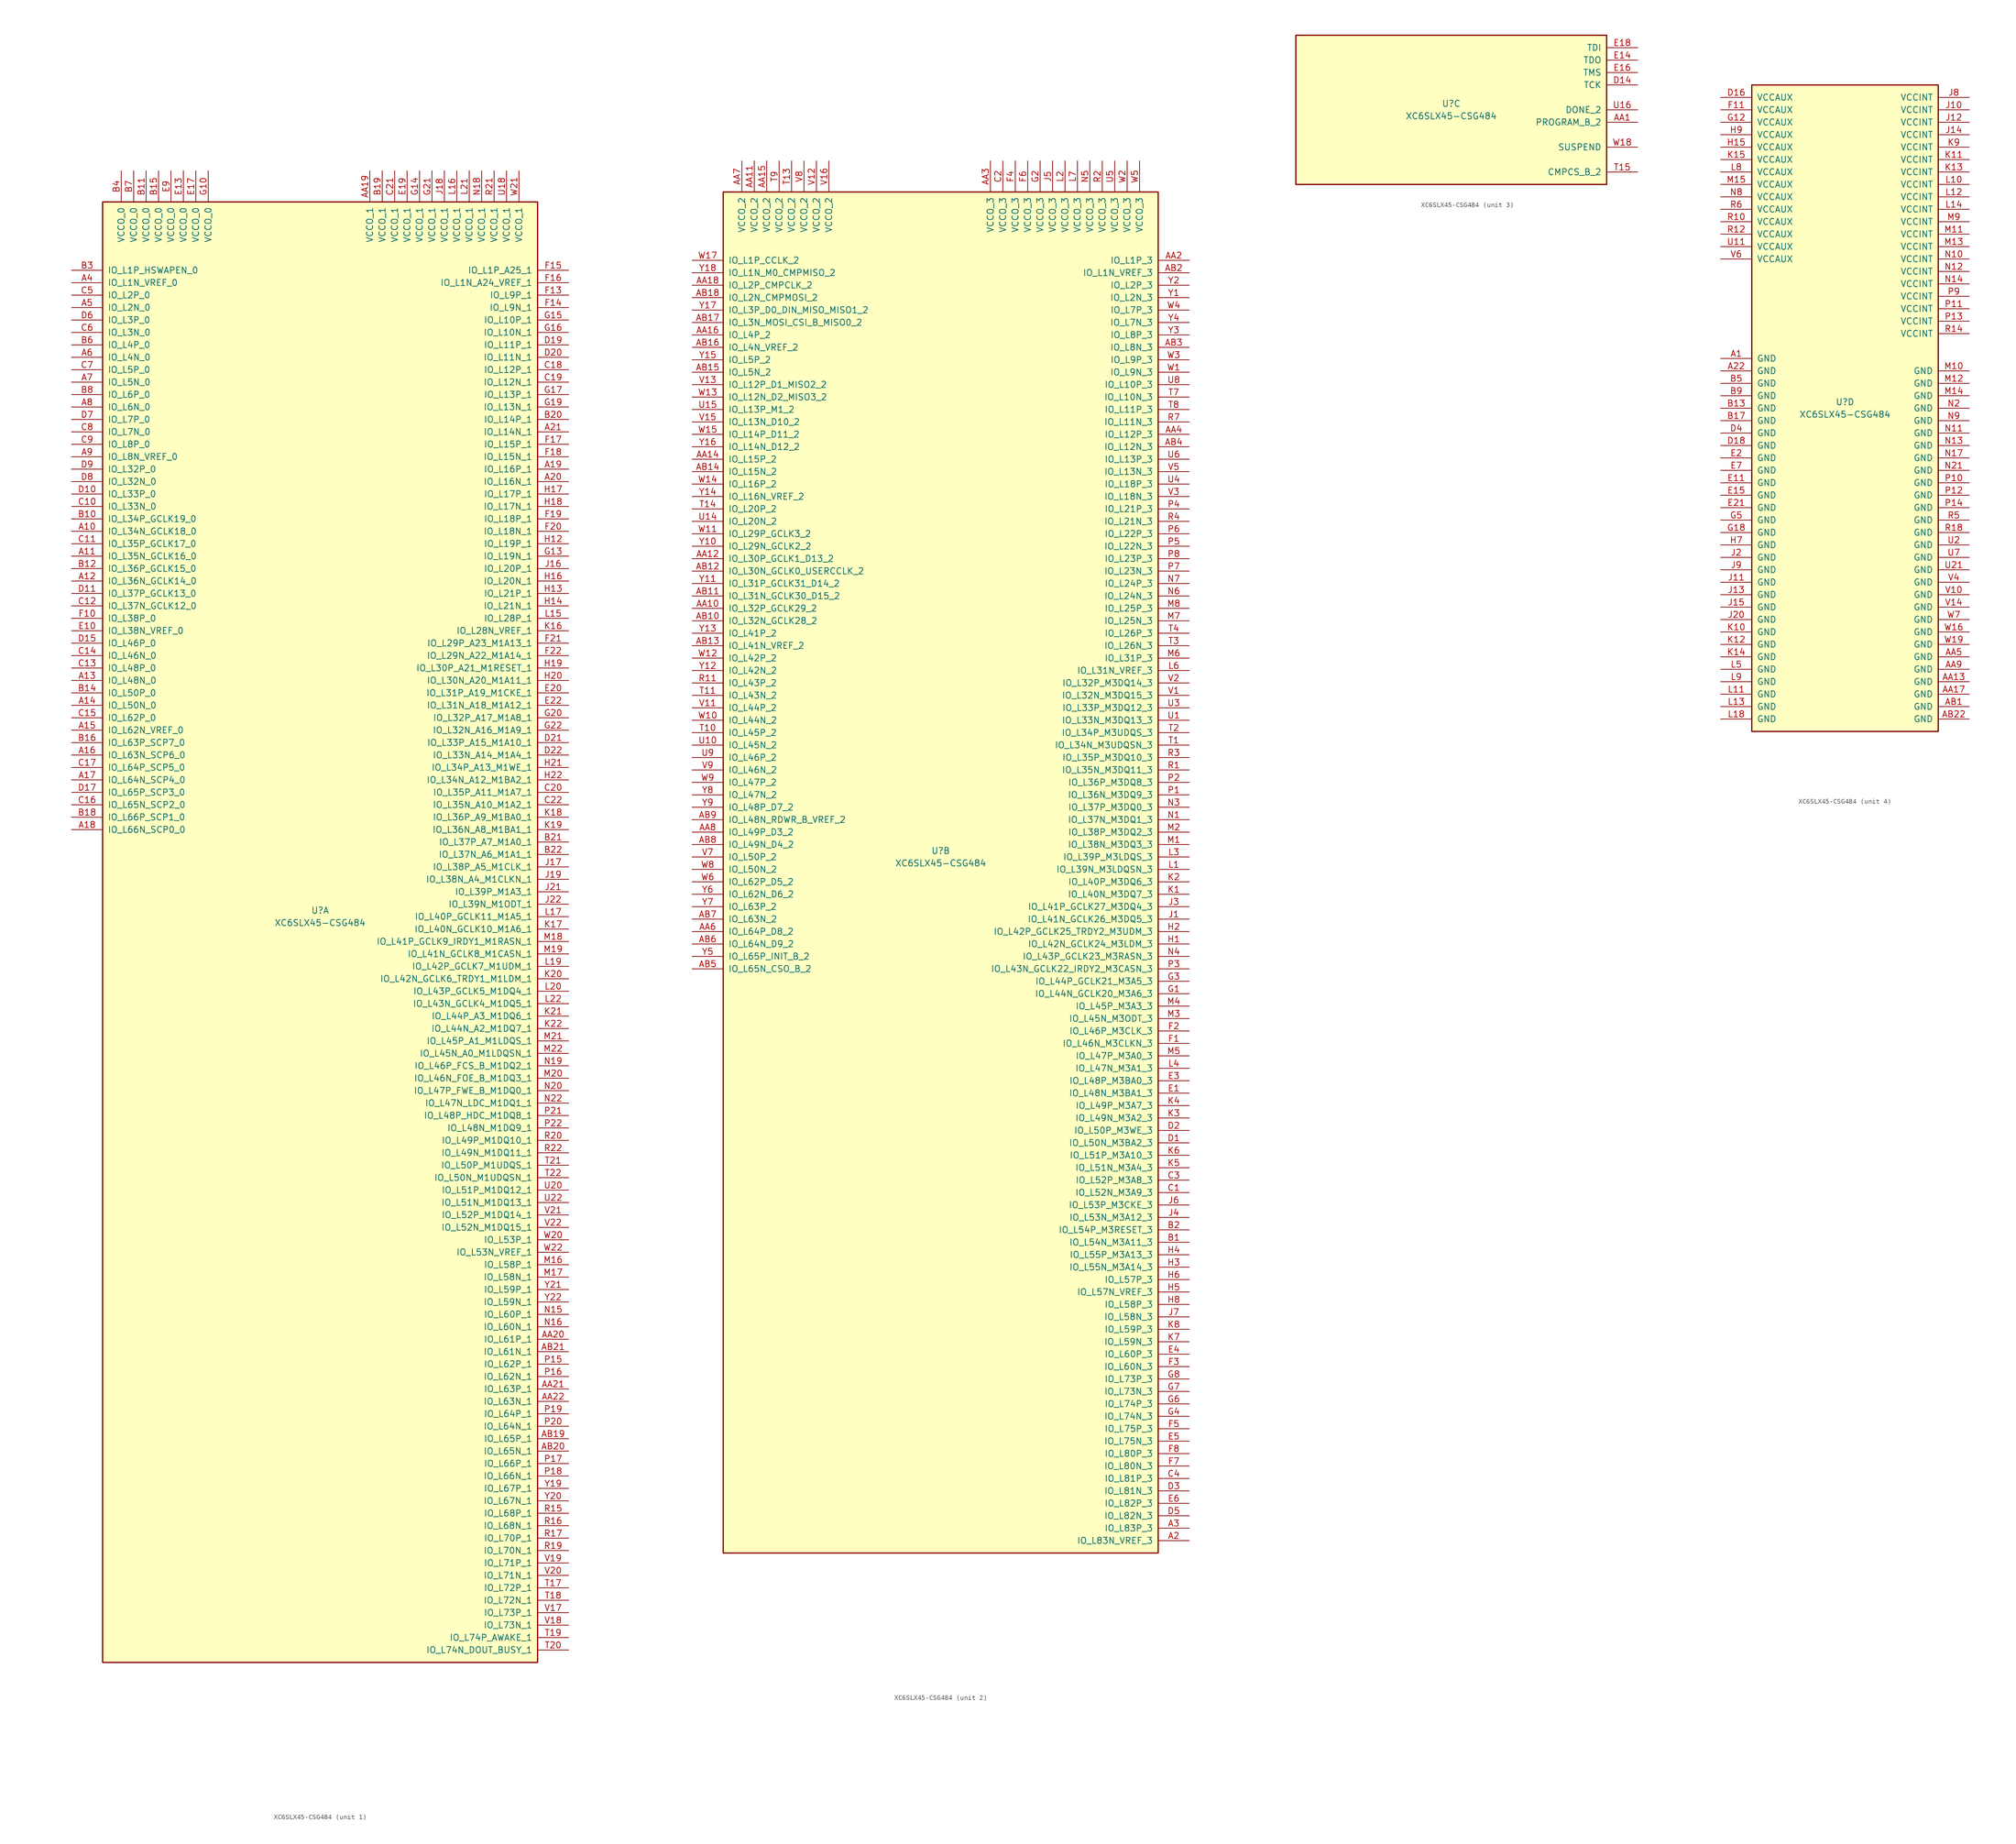
<source format=kicad_sym>
(kicad_symbol_lib
  (version 20220914)
  (generator kicad_symbol_editor)
  (symbol "XC6SLX45-CSG484"
    (pin_names
      (offset 1.016))
    (property "Reference" "U"
      (at 0 1.27 0)
      (effects (font (size 1.27 1.27))))
    (property "Value" "XC6SLX45-CSG484"
      (at 0 -1.27 0)
      (effects (font (size 1.27 1.27))))
    (property "Datasheet" ""
      (at 0 0 0)
      (effects (font (size 1.27 1.27))))
    (property "ki_locked" ""
      (at 0 0 0)
      (effects (font (size 1.27 1.27))))
    (symbol "XC6SLX45-CSG484_1_1"
      (rectangle (start -44.45 146.05) (end 44.45 -152.4) (stroke (width 0.254) (type default)) (fill (type background)))
      (pin bidirectional line (at -50.8 78.74 0) (length 6.35) (name "IO_L34N_GCLK18_0" (effects (font (size 1.27 1.27)))) (number "A10" (effects (font (size 1.27 1.27)))))
      (pin bidirectional line (at -50.8 73.66 0) (length 6.35) (name "IO_L35N_GCLK16_0" (effects (font (size 1.27 1.27)))) (number "A11" (effects (font (size 1.27 1.27)))))
      (pin bidirectional line (at -50.8 68.58 0) (length 6.35) (name "IO_L36N_GCLK14_0" (effects (font (size 1.27 1.27)))) (number "A12" (effects (font (size 1.27 1.27)))))
      (pin bidirectional line (at -50.8 48.26 0) (length 6.35) (name "IO_L48N_0" (effects (font (size 1.27 1.27)))) (number "A13" (effects (font (size 1.27 1.27)))))
      (pin bidirectional line (at -50.8 43.18 0) (length 6.35) (name "IO_L50N_0" (effects (font (size 1.27 1.27)))) (number "A14" (effects (font (size 1.27 1.27)))))
      (pin bidirectional line (at -50.8 38.1 0) (length 6.35) (name "IO_L62N_VREF_0" (effects (font (size 1.27 1.27)))) (number "A15" (effects (font (size 1.27 1.27)))))
      (pin bidirectional line (at -50.8 33.02 0) (length 6.35) (name "IO_L63N_SCP6_0" (effects (font (size 1.27 1.27)))) (number "A16" (effects (font (size 1.27 1.27)))))
      (pin bidirectional line (at -50.8 27.94 0) (length 6.35) (name "IO_L64N_SCP4_0" (effects (font (size 1.27 1.27)))) (number "A17" (effects (font (size 1.27 1.27)))))
      (pin bidirectional line (at -50.8 17.78 0) (length 6.35) (name "IO_L66N_SCP0_0" (effects (font (size 1.27 1.27)))) (number "A18" (effects (font (size 1.27 1.27)))))
      (pin bidirectional line (at 50.8 91.44 180) (length 6.35) (name "IO_L16P_1" (effects (font (size 1.27 1.27)))) (number "A19" (effects (font (size 1.27 1.27)))))
      (pin bidirectional line (at 50.8 88.9 180) (length 6.35) (name "IO_L16N_1" (effects (font (size 1.27 1.27)))) (number "A20" (effects (font (size 1.27 1.27)))))
      (pin bidirectional line (at 50.8 99.06 180) (length 6.35) (name "IO_L14N_1" (effects (font (size 1.27 1.27)))) (number "A21" (effects (font (size 1.27 1.27)))))
      (pin bidirectional line (at -50.8 129.54 0) (length 6.35) (name "IO_L1N_VREF_0" (effects (font (size 1.27 1.27)))) (number "A4" (effects (font (size 1.27 1.27)))))
      (pin bidirectional line (at -50.8 124.46 0) (length 6.35) (name "IO_L2N_0" (effects (font (size 1.27 1.27)))) (number "A5" (effects (font (size 1.27 1.27)))))
      (pin bidirectional line (at -50.8 114.3 0) (length 6.35) (name "IO_L4N_0" (effects (font (size 1.27 1.27)))) (number "A6" (effects (font (size 1.27 1.27)))))
      (pin bidirectional line (at -50.8 109.22 0) (length 6.35) (name "IO_L5N_0" (effects (font (size 1.27 1.27)))) (number "A7" (effects (font (size 1.27 1.27)))))
      (pin bidirectional line (at -50.8 104.14 0) (length 6.35) (name "IO_L6N_0" (effects (font (size 1.27 1.27)))) (number "A8" (effects (font (size 1.27 1.27)))))
      (pin bidirectional line (at -50.8 93.98 0) (length 6.35) (name "IO_L8N_VREF_0" (effects (font (size 1.27 1.27)))) (number "A9" (effects (font (size 1.27 1.27)))))
      (pin power_in line (at 10.16 152.4 270) (length 6.35) (name "VCCO_1" (effects (font (size 1.27 1.27)))) (number "AA19" (effects (font (size 1.27 1.27)))))
      (pin bidirectional line (at 50.8 -86.36 180) (length 6.35) (name "IO_L61P_1" (effects (font (size 1.27 1.27)))) (number "AA20" (effects (font (size 1.27 1.27)))))
      (pin bidirectional line (at 50.8 -96.52 180) (length 6.35) (name "IO_L63P_1" (effects (font (size 1.27 1.27)))) (number "AA21" (effects (font (size 1.27 1.27)))))
      (pin bidirectional line (at 50.8 -99.06 180) (length 6.35) (name "IO_L63N_1" (effects (font (size 1.27 1.27)))) (number "AA22" (effects (font (size 1.27 1.27)))))
      (pin bidirectional line (at 50.8 -106.68 180) (length 6.35) (name "IO_L65P_1" (effects (font (size 1.27 1.27)))) (number "AB19" (effects (font (size 1.27 1.27)))))
      (pin bidirectional line (at 50.8 -109.22 180) (length 6.35) (name "IO_L65N_1" (effects (font (size 1.27 1.27)))) (number "AB20" (effects (font (size 1.27 1.27)))))
      (pin bidirectional line (at 50.8 -88.9 180) (length 6.35) (name "IO_L61N_1" (effects (font (size 1.27 1.27)))) (number "AB21" (effects (font (size 1.27 1.27)))))
      (pin bidirectional line (at -50.8 81.28 0) (length 6.35) (name "IO_L34P_GCLK19_0" (effects (font (size 1.27 1.27)))) (number "B10" (effects (font (size 1.27 1.27)))))
      (pin power_in line (at -35.56 152.4 270) (length 6.35) (name "VCCO_0" (effects (font (size 1.27 1.27)))) (number "B11" (effects (font (size 1.27 1.27)))))
      (pin bidirectional line (at -50.8 71.12 0) (length 6.35) (name "IO_L36P_GCLK15_0" (effects (font (size 1.27 1.27)))) (number "B12" (effects (font (size 1.27 1.27)))))
      (pin bidirectional line (at -50.8 45.72 0) (length 6.35) (name "IO_L50P_0" (effects (font (size 1.27 1.27)))) (number "B14" (effects (font (size 1.27 1.27)))))
      (pin power_in line (at -33.02 152.4 270) (length 6.35) (name "VCCO_0" (effects (font (size 1.27 1.27)))) (number "B15" (effects (font (size 1.27 1.27)))))
      (pin bidirectional line (at -50.8 35.56 0) (length 6.35) (name "IO_L63P_SCP7_0" (effects (font (size 1.27 1.27)))) (number "B16" (effects (font (size 1.27 1.27)))))
      (pin bidirectional line (at -50.8 20.32 0) (length 6.35) (name "IO_L66P_SCP1_0" (effects (font (size 1.27 1.27)))) (number "B18" (effects (font (size 1.27 1.27)))))
      (pin power_in line (at 12.7 152.4 270) (length 6.35) (name "VCCO_1" (effects (font (size 1.27 1.27)))) (number "B19" (effects (font (size 1.27 1.27)))))
      (pin bidirectional line (at 50.8 101.6 180) (length 6.35) (name "IO_L14P_1" (effects (font (size 1.27 1.27)))) (number "B20" (effects (font (size 1.27 1.27)))))
      (pin bidirectional line (at 50.8 15.24 180) (length 6.35) (name "IO_L37P_A7_M1A0_1" (effects (font (size 1.27 1.27)))) (number "B21" (effects (font (size 1.27 1.27)))))
      (pin bidirectional line (at 50.8 12.7 180) (length 6.35) (name "IO_L37N_A6_M1A1_1" (effects (font (size 1.27 1.27)))) (number "B22" (effects (font (size 1.27 1.27)))))
      (pin bidirectional line (at -50.8 132.08 0) (length 6.35) (name "IO_L1P_HSWAPEN_0" (effects (font (size 1.27 1.27)))) (number "B3" (effects (font (size 1.27 1.27)))))
      (pin power_in line (at -40.64 152.4 270) (length 6.35) (name "VCCO_0" (effects (font (size 1.27 1.27)))) (number "B4" (effects (font (size 1.27 1.27)))))
      (pin bidirectional line (at -50.8 116.84 0) (length 6.35) (name "IO_L4P_0" (effects (font (size 1.27 1.27)))) (number "B6" (effects (font (size 1.27 1.27)))))
      (pin power_in line (at -38.1 152.4 270) (length 6.35) (name "VCCO_0" (effects (font (size 1.27 1.27)))) (number "B7" (effects (font (size 1.27 1.27)))))
      (pin bidirectional line (at -50.8 106.68 0) (length 6.35) (name "IO_L6P_0" (effects (font (size 1.27 1.27)))) (number "B8" (effects (font (size 1.27 1.27)))))
      (pin bidirectional line (at -50.8 83.82 0) (length 6.35) (name "IO_L33N_0" (effects (font (size 1.27 1.27)))) (number "C10" (effects (font (size 1.27 1.27)))))
      (pin bidirectional line (at -50.8 76.2 0) (length 6.35) (name "IO_L35P_GCLK17_0" (effects (font (size 1.27 1.27)))) (number "C11" (effects (font (size 1.27 1.27)))))
      (pin bidirectional line (at -50.8 63.5 0) (length 6.35) (name "IO_L37N_GCLK12_0" (effects (font (size 1.27 1.27)))) (number "C12" (effects (font (size 1.27 1.27)))))
      (pin bidirectional line (at -50.8 50.8 0) (length 6.35) (name "IO_L48P_0" (effects (font (size 1.27 1.27)))) (number "C13" (effects (font (size 1.27 1.27)))))
      (pin bidirectional line (at -50.8 53.34 0) (length 6.35) (name "IO_L46N_0" (effects (font (size 1.27 1.27)))) (number "C14" (effects (font (size 1.27 1.27)))))
      (pin bidirectional line (at -50.8 40.64 0) (length 6.35) (name "IO_L62P_0" (effects (font (size 1.27 1.27)))) (number "C15" (effects (font (size 1.27 1.27)))))
      (pin bidirectional line (at -50.8 22.86 0) (length 6.35) (name "IO_L65N_SCP2_0" (effects (font (size 1.27 1.27)))) (number "C16" (effects (font (size 1.27 1.27)))))
      (pin bidirectional line (at -50.8 30.48 0) (length 6.35) (name "IO_L64P_SCP5_0" (effects (font (size 1.27 1.27)))) (number "C17" (effects (font (size 1.27 1.27)))))
      (pin bidirectional line (at 50.8 111.76 180) (length 6.35) (name "IO_L12P_1" (effects (font (size 1.27 1.27)))) (number "C18" (effects (font (size 1.27 1.27)))))
      (pin bidirectional line (at 50.8 109.22 180) (length 6.35) (name "IO_L12N_1" (effects (font (size 1.27 1.27)))) (number "C19" (effects (font (size 1.27 1.27)))))
      (pin bidirectional line (at 50.8 25.4 180) (length 6.35) (name "IO_L35P_A11_M1A7_1" (effects (font (size 1.27 1.27)))) (number "C20" (effects (font (size 1.27 1.27)))))
      (pin power_in line (at 15.24 152.4 270) (length 6.35) (name "VCCO_1" (effects (font (size 1.27 1.27)))) (number "C21" (effects (font (size 1.27 1.27)))))
      (pin bidirectional line (at 50.8 22.86 180) (length 6.35) (name "IO_L35N_A10_M1A2_1" (effects (font (size 1.27 1.27)))) (number "C22" (effects (font (size 1.27 1.27)))))
      (pin bidirectional line (at -50.8 127 0) (length 6.35) (name "IO_L2P_0" (effects (font (size 1.27 1.27)))) (number "C5" (effects (font (size 1.27 1.27)))))
      (pin bidirectional line (at -50.8 119.38 0) (length 6.35) (name "IO_L3N_0" (effects (font (size 1.27 1.27)))) (number "C6" (effects (font (size 1.27 1.27)))))
      (pin bidirectional line (at -50.8 111.76 0) (length 6.35) (name "IO_L5P_0" (effects (font (size 1.27 1.27)))) (number "C7" (effects (font (size 1.27 1.27)))))
      (pin bidirectional line (at -50.8 99.06 0) (length 6.35) (name "IO_L7N_0" (effects (font (size 1.27 1.27)))) (number "C8" (effects (font (size 1.27 1.27)))))
      (pin bidirectional line (at -50.8 96.52 0) (length 6.35) (name "IO_L8P_0" (effects (font (size 1.27 1.27)))) (number "C9" (effects (font (size 1.27 1.27)))))
      (pin bidirectional line (at -50.8 86.36 0) (length 6.35) (name "IO_L33P_0" (effects (font (size 1.27 1.27)))) (number "D10" (effects (font (size 1.27 1.27)))))
      (pin bidirectional line (at -50.8 66.04 0) (length 6.35) (name "IO_L37P_GCLK13_0" (effects (font (size 1.27 1.27)))) (number "D11" (effects (font (size 1.27 1.27)))))
      (pin bidirectional line (at -50.8 55.88 0) (length 6.35) (name "IO_L46P_0" (effects (font (size 1.27 1.27)))) (number "D15" (effects (font (size 1.27 1.27)))))
      (pin bidirectional line (at -50.8 25.4 0) (length 6.35) (name "IO_L65P_SCP3_0" (effects (font (size 1.27 1.27)))) (number "D17" (effects (font (size 1.27 1.27)))))
      (pin bidirectional line (at 50.8 116.84 180) (length 6.35) (name "IO_L11P_1" (effects (font (size 1.27 1.27)))) (number "D19" (effects (font (size 1.27 1.27)))))
      (pin bidirectional line (at 50.8 114.3 180) (length 6.35) (name "IO_L11N_1" (effects (font (size 1.27 1.27)))) (number "D20" (effects (font (size 1.27 1.27)))))
      (pin bidirectional line (at 50.8 35.56 180) (length 6.35) (name "IO_L33P_A15_M1A10_1" (effects (font (size 1.27 1.27)))) (number "D21" (effects (font (size 1.27 1.27)))))
      (pin bidirectional line (at 50.8 33.02 180) (length 6.35) (name "IO_L33N_A14_M1A4_1" (effects (font (size 1.27 1.27)))) (number "D22" (effects (font (size 1.27 1.27)))))
      (pin bidirectional line (at -50.8 121.92 0) (length 6.35) (name "IO_L3P_0" (effects (font (size 1.27 1.27)))) (number "D6" (effects (font (size 1.27 1.27)))))
      (pin bidirectional line (at -50.8 101.6 0) (length 6.35) (name "IO_L7P_0" (effects (font (size 1.27 1.27)))) (number "D7" (effects (font (size 1.27 1.27)))))
      (pin bidirectional line (at -50.8 88.9 0) (length 6.35) (name "IO_L32N_0" (effects (font (size 1.27 1.27)))) (number "D8" (effects (font (size 1.27 1.27)))))
      (pin bidirectional line (at -50.8 91.44 0) (length 6.35) (name "IO_L32P_0" (effects (font (size 1.27 1.27)))) (number "D9" (effects (font (size 1.27 1.27)))))
      (pin bidirectional line (at -50.8 58.42 0) (length 6.35) (name "IO_L38N_VREF_0" (effects (font (size 1.27 1.27)))) (number "E10" (effects (font (size 1.27 1.27)))))
      (pin power_in line (at -27.94 152.4 270) (length 6.35) (name "VCCO_0" (effects (font (size 1.27 1.27)))) (number "E13" (effects (font (size 1.27 1.27)))))
      (pin power_in line (at -25.4 152.4 270) (length 6.35) (name "VCCO_0" (effects (font (size 1.27 1.27)))) (number "E17" (effects (font (size 1.27 1.27)))))
      (pin power_in line (at 17.78 152.4 270) (length 6.35) (name "VCCO_1" (effects (font (size 1.27 1.27)))) (number "E19" (effects (font (size 1.27 1.27)))))
      (pin bidirectional line (at 50.8 45.72 180) (length 6.35) (name "IO_L31P_A19_M1CKE_1" (effects (font (size 1.27 1.27)))) (number "E20" (effects (font (size 1.27 1.27)))))
      (pin bidirectional line (at 50.8 43.18 180) (length 6.35) (name "IO_L31N_A18_M1A12_1" (effects (font (size 1.27 1.27)))) (number "E22" (effects (font (size 1.27 1.27)))))
      (pin power_in line (at -30.48 152.4 270) (length 6.35) (name "VCCO_0" (effects (font (size 1.27 1.27)))) (number "E9" (effects (font (size 1.27 1.27)))))
      (pin bidirectional line (at -50.8 60.96 0) (length 6.35) (name "IO_L38P_0" (effects (font (size 1.27 1.27)))) (number "F10" (effects (font (size 1.27 1.27)))))
      (pin bidirectional line (at 50.8 127 180) (length 6.35) (name "IO_L9P_1" (effects (font (size 1.27 1.27)))) (number "F13" (effects (font (size 1.27 1.27)))))
      (pin bidirectional line (at 50.8 124.46 180) (length 6.35) (name "IO_L9N_1" (effects (font (size 1.27 1.27)))) (number "F14" (effects (font (size 1.27 1.27)))))
      (pin bidirectional line (at 50.8 132.08 180) (length 6.35) (name "IO_L1P_A25_1" (effects (font (size 1.27 1.27)))) (number "F15" (effects (font (size 1.27 1.27)))))
      (pin bidirectional line (at 50.8 129.54 180) (length 6.35) (name "IO_L1N_A24_VREF_1" (effects (font (size 1.27 1.27)))) (number "F16" (effects (font (size 1.27 1.27)))))
      (pin bidirectional line (at 50.8 96.52 180) (length 6.35) (name "IO_L15P_1" (effects (font (size 1.27 1.27)))) (number "F17" (effects (font (size 1.27 1.27)))))
      (pin bidirectional line (at 50.8 93.98 180) (length 6.35) (name "IO_L15N_1" (effects (font (size 1.27 1.27)))) (number "F18" (effects (font (size 1.27 1.27)))))
      (pin bidirectional line (at 50.8 81.28 180) (length 6.35) (name "IO_L18P_1" (effects (font (size 1.27 1.27)))) (number "F19" (effects (font (size 1.27 1.27)))))
      (pin bidirectional line (at 50.8 78.74 180) (length 6.35) (name "IO_L18N_1" (effects (font (size 1.27 1.27)))) (number "F20" (effects (font (size 1.27 1.27)))))
      (pin bidirectional line (at 50.8 55.88 180) (length 6.35) (name "IO_L29P_A23_M1A13_1" (effects (font (size 1.27 1.27)))) (number "F21" (effects (font (size 1.27 1.27)))))
      (pin bidirectional line (at 50.8 53.34 180) (length 6.35) (name "IO_L29N_A22_M1A14_1" (effects (font (size 1.27 1.27)))) (number "F22" (effects (font (size 1.27 1.27)))))
      (pin power_in line (at -22.86 152.4 270) (length 6.35) (name "VCCO_0" (effects (font (size 1.27 1.27)))) (number "G10" (effects (font (size 1.27 1.27)))))
      (pin bidirectional line (at 50.8 73.66 180) (length 6.35) (name "IO_L19N_1" (effects (font (size 1.27 1.27)))) (number "G13" (effects (font (size 1.27 1.27)))))
      (pin power_in line (at 20.32 152.4 270) (length 6.35) (name "VCCO_1" (effects (font (size 1.27 1.27)))) (number "G14" (effects (font (size 1.27 1.27)))))
      (pin bidirectional line (at 50.8 121.92 180) (length 6.35) (name "IO_L10P_1" (effects (font (size 1.27 1.27)))) (number "G15" (effects (font (size 1.27 1.27)))))
      (pin bidirectional line (at 50.8 119.38 180) (length 6.35) (name "IO_L10N_1" (effects (font (size 1.27 1.27)))) (number "G16" (effects (font (size 1.27 1.27)))))
      (pin bidirectional line (at 50.8 106.68 180) (length 6.35) (name "IO_L13P_1" (effects (font (size 1.27 1.27)))) (number "G17" (effects (font (size 1.27 1.27)))))
      (pin bidirectional line (at 50.8 104.14 180) (length 6.35) (name "IO_L13N_1" (effects (font (size 1.27 1.27)))) (number "G19" (effects (font (size 1.27 1.27)))))
      (pin bidirectional line (at 50.8 40.64 180) (length 6.35) (name "IO_L32P_A17_M1A8_1" (effects (font (size 1.27 1.27)))) (number "G20" (effects (font (size 1.27 1.27)))))
      (pin power_in line (at 22.86 152.4 270) (length 6.35) (name "VCCO_1" (effects (font (size 1.27 1.27)))) (number "G21" (effects (font (size 1.27 1.27)))))
      (pin bidirectional line (at 50.8 38.1 180) (length 6.35) (name "IO_L32N_A16_M1A9_1" (effects (font (size 1.27 1.27)))) (number "G22" (effects (font (size 1.27 1.27)))))
      (pin bidirectional line (at 50.8 76.2 180) (length 6.35) (name "IO_L19P_1" (effects (font (size 1.27 1.27)))) (number "H12" (effects (font (size 1.27 1.27)))))
      (pin bidirectional line (at 50.8 66.04 180) (length 6.35) (name "IO_L21P_1" (effects (font (size 1.27 1.27)))) (number "H13" (effects (font (size 1.27 1.27)))))
      (pin bidirectional line (at 50.8 63.5 180) (length 6.35) (name "IO_L21N_1" (effects (font (size 1.27 1.27)))) (number "H14" (effects (font (size 1.27 1.27)))))
      (pin bidirectional line (at 50.8 68.58 180) (length 6.35) (name "IO_L20N_1" (effects (font (size 1.27 1.27)))) (number "H16" (effects (font (size 1.27 1.27)))))
      (pin bidirectional line (at 50.8 86.36 180) (length 6.35) (name "IO_L17P_1" (effects (font (size 1.27 1.27)))) (number "H17" (effects (font (size 1.27 1.27)))))
      (pin bidirectional line (at 50.8 83.82 180) (length 6.35) (name "IO_L17N_1" (effects (font (size 1.27 1.27)))) (number "H18" (effects (font (size 1.27 1.27)))))
      (pin bidirectional line (at 50.8 50.8 180) (length 6.35) (name "IO_L30P_A21_M1RESET_1" (effects (font (size 1.27 1.27)))) (number "H19" (effects (font (size 1.27 1.27)))))
      (pin bidirectional line (at 50.8 48.26 180) (length 6.35) (name "IO_L30N_A20_M1A11_1" (effects (font (size 1.27 1.27)))) (number "H20" (effects (font (size 1.27 1.27)))))
      (pin bidirectional line (at 50.8 30.48 180) (length 6.35) (name "IO_L34P_A13_M1WE_1" (effects (font (size 1.27 1.27)))) (number "H21" (effects (font (size 1.27 1.27)))))
      (pin bidirectional line (at 50.8 27.94 180) (length 6.35) (name "IO_L34N_A12_M1BA2_1" (effects (font (size 1.27 1.27)))) (number "H22" (effects (font (size 1.27 1.27)))))
      (pin bidirectional line (at 50.8 71.12 180) (length 6.35) (name "IO_L20P_1" (effects (font (size 1.27 1.27)))) (number "J16" (effects (font (size 1.27 1.27)))))
      (pin bidirectional line (at 50.8 10.16 180) (length 6.35) (name "IO_L38P_A5_M1CLK_1" (effects (font (size 1.27 1.27)))) (number "J17" (effects (font (size 1.27 1.27)))))
      (pin power_in line (at 25.4 152.4 270) (length 6.35) (name "VCCO_1" (effects (font (size 1.27 1.27)))) (number "J18" (effects (font (size 1.27 1.27)))))
      (pin bidirectional line (at 50.8 7.62 180) (length 6.35) (name "IO_L38N_A4_M1CLKN_1" (effects (font (size 1.27 1.27)))) (number "J19" (effects (font (size 1.27 1.27)))))
      (pin bidirectional line (at 50.8 5.08 180) (length 6.35) (name "IO_L39P_M1A3_1" (effects (font (size 1.27 1.27)))) (number "J21" (effects (font (size 1.27 1.27)))))
      (pin bidirectional line (at 50.8 2.54 180) (length 6.35) (name "IO_L39N_M1ODT_1" (effects (font (size 1.27 1.27)))) (number "J22" (effects (font (size 1.27 1.27)))))
      (pin bidirectional line (at 50.8 58.42 180) (length 6.35) (name "IO_L28N_VREF_1" (effects (font (size 1.27 1.27)))) (number "K16" (effects (font (size 1.27 1.27)))))
      (pin bidirectional line (at 50.8 -2.54 180) (length 6.35) (name "IO_L40N_GCLK10_M1A6_1" (effects (font (size 1.27 1.27)))) (number "K17" (effects (font (size 1.27 1.27)))))
      (pin bidirectional line (at 50.8 20.32 180) (length 6.35) (name "IO_L36P_A9_M1BA0_1" (effects (font (size 1.27 1.27)))) (number "K18" (effects (font (size 1.27 1.27)))))
      (pin bidirectional line (at 50.8 17.78 180) (length 6.35) (name "IO_L36N_A8_M1BA1_1" (effects (font (size 1.27 1.27)))) (number "K19" (effects (font (size 1.27 1.27)))))
      (pin bidirectional line (at 50.8 -12.7 180) (length 6.35) (name "IO_L42N_GCLK6_TRDY1_M1LDM_1" (effects (font (size 1.27 1.27)))) (number "K20" (effects (font (size 1.27 1.27)))))
      (pin bidirectional line (at 50.8 -20.32 180) (length 6.35) (name "IO_L44P_A3_M1DQ6_1" (effects (font (size 1.27 1.27)))) (number "K21" (effects (font (size 1.27 1.27)))))
      (pin bidirectional line (at 50.8 -22.86 180) (length 6.35) (name "IO_L44N_A2_M1DQ7_1" (effects (font (size 1.27 1.27)))) (number "K22" (effects (font (size 1.27 1.27)))))
      (pin bidirectional line (at 50.8 60.96 180) (length 6.35) (name "IO_L28P_1" (effects (font (size 1.27 1.27)))) (number "L15" (effects (font (size 1.27 1.27)))))
      (pin power_in line (at 27.94 152.4 270) (length 6.35) (name "VCCO_1" (effects (font (size 1.27 1.27)))) (number "L16" (effects (font (size 1.27 1.27)))))
      (pin bidirectional line (at 50.8 0 180) (length 6.35) (name "IO_L40P_GCLK11_M1A5_1" (effects (font (size 1.27 1.27)))) (number "L17" (effects (font (size 1.27 1.27)))))
      (pin bidirectional line (at 50.8 -10.16 180) (length 6.35) (name "IO_L42P_GCLK7_M1UDM_1" (effects (font (size 1.27 1.27)))) (number "L19" (effects (font (size 1.27 1.27)))))
      (pin bidirectional line (at 50.8 -15.24 180) (length 6.35) (name "IO_L43P_GCLK5_M1DQ4_1" (effects (font (size 1.27 1.27)))) (number "L20" (effects (font (size 1.27 1.27)))))
      (pin power_in line (at 30.48 152.4 270) (length 6.35) (name "VCCO_1" (effects (font (size 1.27 1.27)))) (number "L21" (effects (font (size 1.27 1.27)))))
      (pin bidirectional line (at 50.8 -17.78 180) (length 6.35) (name "IO_L43N_GCLK4_M1DQ5_1" (effects (font (size 1.27 1.27)))) (number "L22" (effects (font (size 1.27 1.27)))))
      (pin bidirectional line (at 50.8 -71.12 180) (length 6.35) (name "IO_L58P_1" (effects (font (size 1.27 1.27)))) (number "M16" (effects (font (size 1.27 1.27)))))
      (pin bidirectional line (at 50.8 -73.66 180) (length 6.35) (name "IO_L58N_1" (effects (font (size 1.27 1.27)))) (number "M17" (effects (font (size 1.27 1.27)))))
      (pin bidirectional line (at 50.8 -5.08 180) (length 6.35) (name "IO_L41P_GCLK9_IRDY1_M1RASN_1" (effects (font (size 1.27 1.27)))) (number "M18" (effects (font (size 1.27 1.27)))))
      (pin bidirectional line (at 50.8 -7.62 180) (length 6.35) (name "IO_L41N_GCLK8_M1CASN_1" (effects (font (size 1.27 1.27)))) (number "M19" (effects (font (size 1.27 1.27)))))
      (pin bidirectional line (at 50.8 -33.02 180) (length 6.35) (name "IO_L46N_FOE_B_M1DQ3_1" (effects (font (size 1.27 1.27)))) (number "M20" (effects (font (size 1.27 1.27)))))
      (pin bidirectional line (at 50.8 -25.4 180) (length 6.35) (name "IO_L45P_A1_M1LDQS_1" (effects (font (size 1.27 1.27)))) (number "M21" (effects (font (size 1.27 1.27)))))
      (pin bidirectional line (at 50.8 -27.94 180) (length 6.35) (name "IO_L45N_A0_M1LDQSN_1" (effects (font (size 1.27 1.27)))) (number "M22" (effects (font (size 1.27 1.27)))))
      (pin bidirectional line (at 50.8 -81.28 180) (length 6.35) (name "IO_L60P_1" (effects (font (size 1.27 1.27)))) (number "N15" (effects (font (size 1.27 1.27)))))
      (pin bidirectional line (at 50.8 -83.82 180) (length 6.35) (name "IO_L60N_1" (effects (font (size 1.27 1.27)))) (number "N16" (effects (font (size 1.27 1.27)))))
      (pin power_in line (at 33.02 152.4 270) (length 6.35) (name "VCCO_1" (effects (font (size 1.27 1.27)))) (number "N18" (effects (font (size 1.27 1.27)))))
      (pin bidirectional line (at 50.8 -30.48 180) (length 6.35) (name "IO_L46P_FCS_B_M1DQ2_1" (effects (font (size 1.27 1.27)))) (number "N19" (effects (font (size 1.27 1.27)))))
      (pin bidirectional line (at 50.8 -35.56 180) (length 6.35) (name "IO_L47P_FWE_B_M1DQ0_1" (effects (font (size 1.27 1.27)))) (number "N20" (effects (font (size 1.27 1.27)))))
      (pin bidirectional line (at 50.8 -38.1 180) (length 6.35) (name "IO_L47N_LDC_M1DQ1_1" (effects (font (size 1.27 1.27)))) (number "N22" (effects (font (size 1.27 1.27)))))
      (pin bidirectional line (at 50.8 -91.44 180) (length 6.35) (name "IO_L62P_1" (effects (font (size 1.27 1.27)))) (number "P15" (effects (font (size 1.27 1.27)))))
      (pin bidirectional line (at 50.8 -93.98 180) (length 6.35) (name "IO_L62N_1" (effects (font (size 1.27 1.27)))) (number "P16" (effects (font (size 1.27 1.27)))))
      (pin bidirectional line (at 50.8 -111.76 180) (length 6.35) (name "IO_L66P_1" (effects (font (size 1.27 1.27)))) (number "P17" (effects (font (size 1.27 1.27)))))
      (pin bidirectional line (at 50.8 -114.3 180) (length 6.35) (name "IO_L66N_1" (effects (font (size 1.27 1.27)))) (number "P18" (effects (font (size 1.27 1.27)))))
      (pin bidirectional line (at 50.8 -101.6 180) (length 6.35) (name "IO_L64P_1" (effects (font (size 1.27 1.27)))) (number "P19" (effects (font (size 1.27 1.27)))))
      (pin bidirectional line (at 50.8 -104.14 180) (length 6.35) (name "IO_L64N_1" (effects (font (size 1.27 1.27)))) (number "P20" (effects (font (size 1.27 1.27)))))
      (pin bidirectional line (at 50.8 -40.64 180) (length 6.35) (name "IO_L48P_HDC_M1DQ8_1" (effects (font (size 1.27 1.27)))) (number "P21" (effects (font (size 1.27 1.27)))))
      (pin bidirectional line (at 50.8 -43.18 180) (length 6.35) (name "IO_L48N_M1DQ9_1" (effects (font (size 1.27 1.27)))) (number "P22" (effects (font (size 1.27 1.27)))))
      (pin bidirectional line (at 50.8 -121.92 180) (length 6.35) (name "IO_L68P_1" (effects (font (size 1.27 1.27)))) (number "R15" (effects (font (size 1.27 1.27)))))
      (pin bidirectional line (at 50.8 -124.46 180) (length 6.35) (name "IO_L68N_1" (effects (font (size 1.27 1.27)))) (number "R16" (effects (font (size 1.27 1.27)))))
      (pin bidirectional line (at 50.8 -127 180) (length 6.35) (name "IO_L70P_1" (effects (font (size 1.27 1.27)))) (number "R17" (effects (font (size 1.27 1.27)))))
      (pin bidirectional line (at 50.8 -129.54 180) (length 6.35) (name "IO_L70N_1" (effects (font (size 1.27 1.27)))) (number "R19" (effects (font (size 1.27 1.27)))))
      (pin bidirectional line (at 50.8 -45.72 180) (length 6.35) (name "IO_L49P_M1DQ10_1" (effects (font (size 1.27 1.27)))) (number "R20" (effects (font (size 1.27 1.27)))))
      (pin power_in line (at 35.56 152.4 270) (length 6.35) (name "VCCO_1" (effects (font (size 1.27 1.27)))) (number "R21" (effects (font (size 1.27 1.27)))))
      (pin bidirectional line (at 50.8 -48.26 180) (length 6.35) (name "IO_L49N_M1DQ11_1" (effects (font (size 1.27 1.27)))) (number "R22" (effects (font (size 1.27 1.27)))))
      (pin bidirectional line (at 50.8 -137.16 180) (length 6.35) (name "IO_L72P_1" (effects (font (size 1.27 1.27)))) (number "T17" (effects (font (size 1.27 1.27)))))
      (pin bidirectional line (at 50.8 -139.7 180) (length 6.35) (name "IO_L72N_1" (effects (font (size 1.27 1.27)))) (number "T18" (effects (font (size 1.27 1.27)))))
      (pin bidirectional line (at 50.8 -147.32 180) (length 6.35) (name "IO_L74P_AWAKE_1" (effects (font (size 1.27 1.27)))) (number "T19" (effects (font (size 1.27 1.27)))))
      (pin bidirectional line (at 50.8 -149.86 180) (length 6.35) (name "IO_L74N_DOUT_BUSY_1" (effects (font (size 1.27 1.27)))) (number "T20" (effects (font (size 1.27 1.27)))))
      (pin bidirectional line (at 50.8 -50.8 180) (length 6.35) (name "IO_L50P_M1UDQS_1" (effects (font (size 1.27 1.27)))) (number "T21" (effects (font (size 1.27 1.27)))))
      (pin bidirectional line (at 50.8 -53.34 180) (length 6.35) (name "IO_L50N_M1UDQSN_1" (effects (font (size 1.27 1.27)))) (number "T22" (effects (font (size 1.27 1.27)))))
      (pin power_in line (at 38.1 152.4 270) (length 6.35) (name "VCCO_1" (effects (font (size 1.27 1.27)))) (number "U18" (effects (font (size 1.27 1.27)))))
      (pin bidirectional line (at 50.8 -55.88 180) (length 6.35) (name "IO_L51P_M1DQ12_1" (effects (font (size 1.27 1.27)))) (number "U20" (effects (font (size 1.27 1.27)))))
      (pin bidirectional line (at 50.8 -58.42 180) (length 6.35) (name "IO_L51N_M1DQ13_1" (effects (font (size 1.27 1.27)))) (number "U22" (effects (font (size 1.27 1.27)))))
      (pin bidirectional line (at 50.8 -142.24 180) (length 6.35) (name "IO_L73P_1" (effects (font (size 1.27 1.27)))) (number "V17" (effects (font (size 1.27 1.27)))))
      (pin bidirectional line (at 50.8 -144.78 180) (length 6.35) (name "IO_L73N_1" (effects (font (size 1.27 1.27)))) (number "V18" (effects (font (size 1.27 1.27)))))
      (pin bidirectional line (at 50.8 -132.08 180) (length 6.35) (name "IO_L71P_1" (effects (font (size 1.27 1.27)))) (number "V19" (effects (font (size 1.27 1.27)))))
      (pin bidirectional line (at 50.8 -134.62 180) (length 6.35) (name "IO_L71N_1" (effects (font (size 1.27 1.27)))) (number "V20" (effects (font (size 1.27 1.27)))))
      (pin bidirectional line (at 50.8 -60.96 180) (length 6.35) (name "IO_L52P_M1DQ14_1" (effects (font (size 1.27 1.27)))) (number "V21" (effects (font (size 1.27 1.27)))))
      (pin bidirectional line (at 50.8 -63.5 180) (length 6.35) (name "IO_L52N_M1DQ15_1" (effects (font (size 1.27 1.27)))) (number "V22" (effects (font (size 1.27 1.27)))))
      (pin bidirectional line (at 50.8 -66.04 180) (length 6.35) (name "IO_L53P_1" (effects (font (size 1.27 1.27)))) (number "W20" (effects (font (size 1.27 1.27)))))
      (pin power_in line (at 40.64 152.4 270) (length 6.35) (name "VCCO_1" (effects (font (size 1.27 1.27)))) (number "W21" (effects (font (size 1.27 1.27)))))
      (pin bidirectional line (at 50.8 -68.58 180) (length 6.35) (name "IO_L53N_VREF_1" (effects (font (size 1.27 1.27)))) (number "W22" (effects (font (size 1.27 1.27)))))
      (pin bidirectional line (at 50.8 -116.84 180) (length 6.35) (name "IO_L67P_1" (effects (font (size 1.27 1.27)))) (number "Y19" (effects (font (size 1.27 1.27)))))
      (pin bidirectional line (at 50.8 -119.38 180) (length 6.35) (name "IO_L67N_1" (effects (font (size 1.27 1.27)))) (number "Y20" (effects (font (size 1.27 1.27)))))
      (pin bidirectional line (at 50.8 -76.2 180) (length 6.35) (name "IO_L59P_1" (effects (font (size 1.27 1.27)))) (number "Y21" (effects (font (size 1.27 1.27)))))
      (pin bidirectional line (at 50.8 -78.74 180) (length 6.35) (name "IO_L59N_1" (effects (font (size 1.27 1.27)))) (number "Y22" (effects (font (size 1.27 1.27))))))
    (symbol "XC6SLX45-CSG484_2_1"
      (rectangle (start -44.45 135.89) (end 44.45 -142.24) (stroke (width 0.254) (type default)) (fill (type background)))
      (pin bidirectional line (at 50.8 -139.7 180) (length 6.35) (name "IO_L83N_VREF_3" (effects (font (size 1.27 1.27)))) (number "A2" (effects (font (size 1.27 1.27)))))
      (pin bidirectional line (at 50.8 -137.16 180) (length 6.35) (name "IO_L83P_3" (effects (font (size 1.27 1.27)))) (number "A3" (effects (font (size 1.27 1.27)))))
      (pin bidirectional line (at -50.8 50.8 0) (length 6.35) (name "IO_L32P_GCLK29_2" (effects (font (size 1.27 1.27)))) (number "AA10" (effects (font (size 1.27 1.27)))))
      (pin power_in line (at -38.1 142.24 270) (length 6.35) (name "VCCO_2" (effects (font (size 1.27 1.27)))) (number "AA11" (effects (font (size 1.27 1.27)))))
      (pin bidirectional line (at -50.8 60.96 0) (length 6.35) (name "IO_L30P_GCLK1_D13_2" (effects (font (size 1.27 1.27)))) (number "AA12" (effects (font (size 1.27 1.27)))))
      (pin bidirectional line (at -50.8 81.28 0) (length 6.35) (name "IO_L15P_2" (effects (font (size 1.27 1.27)))) (number "AA14" (effects (font (size 1.27 1.27)))))
      (pin power_in line (at -35.56 142.24 270) (length 6.35) (name "VCCO_2" (effects (font (size 1.27 1.27)))) (number "AA15" (effects (font (size 1.27 1.27)))))
      (pin bidirectional line (at -50.8 106.68 0) (length 6.35) (name "IO_L4P_2" (effects (font (size 1.27 1.27)))) (number "AA16" (effects (font (size 1.27 1.27)))))
      (pin bidirectional line (at -50.8 116.84 0) (length 6.35) (name "IO_L2P_CMPCLK_2" (effects (font (size 1.27 1.27)))) (number "AA18" (effects (font (size 1.27 1.27)))))
      (pin bidirectional line (at 50.8 121.92 180) (length 6.35) (name "IO_L1P_3" (effects (font (size 1.27 1.27)))) (number "AA2" (effects (font (size 1.27 1.27)))))
      (pin power_in line (at 10.16 142.24 270) (length 6.35) (name "VCCO_3" (effects (font (size 1.27 1.27)))) (number "AA3" (effects (font (size 1.27 1.27)))))
      (pin bidirectional line (at 50.8 86.36 180) (length 6.35) (name "IO_L12P_3" (effects (font (size 1.27 1.27)))) (number "AA4" (effects (font (size 1.27 1.27)))))
      (pin bidirectional line (at -50.8 -15.24 0) (length 6.35) (name "IO_L64P_D8_2" (effects (font (size 1.27 1.27)))) (number "AA6" (effects (font (size 1.27 1.27)))))
      (pin power_in line (at -40.64 142.24 270) (length 6.35) (name "VCCO_2" (effects (font (size 1.27 1.27)))) (number "AA7" (effects (font (size 1.27 1.27)))))
      (pin bidirectional line (at -50.8 5.08 0) (length 6.35) (name "IO_L49P_D3_2" (effects (font (size 1.27 1.27)))) (number "AA8" (effects (font (size 1.27 1.27)))))
      (pin bidirectional line (at -50.8 48.26 0) (length 6.35) (name "IO_L32N_GCLK28_2" (effects (font (size 1.27 1.27)))) (number "AB10" (effects (font (size 1.27 1.27)))))
      (pin bidirectional line (at -50.8 53.34 0) (length 6.35) (name "IO_L31N_GCLK30_D15_2" (effects (font (size 1.27 1.27)))) (number "AB11" (effects (font (size 1.27 1.27)))))
      (pin bidirectional line (at -50.8 58.42 0) (length 6.35) (name "IO_L30N_GCLK0_USERCCLK_2" (effects (font (size 1.27 1.27)))) (number "AB12" (effects (font (size 1.27 1.27)))))
      (pin bidirectional line (at -50.8 43.18 0) (length 6.35) (name "IO_L41N_VREF_2" (effects (font (size 1.27 1.27)))) (number "AB13" (effects (font (size 1.27 1.27)))))
      (pin bidirectional line (at -50.8 78.74 0) (length 6.35) (name "IO_L15N_2" (effects (font (size 1.27 1.27)))) (number "AB14" (effects (font (size 1.27 1.27)))))
      (pin bidirectional line (at -50.8 99.06 0) (length 6.35) (name "IO_L5N_2" (effects (font (size 1.27 1.27)))) (number "AB15" (effects (font (size 1.27 1.27)))))
      (pin bidirectional line (at -50.8 104.14 0) (length 6.35) (name "IO_L4N_VREF_2" (effects (font (size 1.27 1.27)))) (number "AB16" (effects (font (size 1.27 1.27)))))
      (pin bidirectional line (at -50.8 109.22 0) (length 6.35) (name "IO_L3N_MOSI_CSI_B_MISO0_2" (effects (font (size 1.27 1.27)))) (number "AB17" (effects (font (size 1.27 1.27)))))
      (pin bidirectional line (at -50.8 114.3 0) (length 6.35) (name "IO_L2N_CMPMOSI_2" (effects (font (size 1.27 1.27)))) (number "AB18" (effects (font (size 1.27 1.27)))))
      (pin bidirectional line (at 50.8 119.38 180) (length 6.35) (name "IO_L1N_VREF_3" (effects (font (size 1.27 1.27)))) (number "AB2" (effects (font (size 1.27 1.27)))))
      (pin bidirectional line (at 50.8 104.14 180) (length 6.35) (name "IO_L8N_3" (effects (font (size 1.27 1.27)))) (number "AB3" (effects (font (size 1.27 1.27)))))
      (pin bidirectional line (at 50.8 83.82 180) (length 6.35) (name "IO_L12N_3" (effects (font (size 1.27 1.27)))) (number "AB4" (effects (font (size 1.27 1.27)))))
      (pin bidirectional line (at -50.8 -22.86 0) (length 6.35) (name "IO_L65N_CSO_B_2" (effects (font (size 1.27 1.27)))) (number "AB5" (effects (font (size 1.27 1.27)))))
      (pin bidirectional line (at -50.8 -17.78 0) (length 6.35) (name "IO_L64N_D9_2" (effects (font (size 1.27 1.27)))) (number "AB6" (effects (font (size 1.27 1.27)))))
      (pin bidirectional line (at -50.8 -12.7 0) (length 6.35) (name "IO_L63N_2" (effects (font (size 1.27 1.27)))) (number "AB7" (effects (font (size 1.27 1.27)))))
      (pin bidirectional line (at -50.8 2.54 0) (length 6.35) (name "IO_L49N_D4_2" (effects (font (size 1.27 1.27)))) (number "AB8" (effects (font (size 1.27 1.27)))))
      (pin bidirectional line (at -50.8 7.62 0) (length 6.35) (name "IO_L48N_RDWR_B_VREF_2" (effects (font (size 1.27 1.27)))) (number "AB9" (effects (font (size 1.27 1.27)))))
      (pin bidirectional line (at 50.8 -78.74 180) (length 6.35) (name "IO_L54N_M3A11_3" (effects (font (size 1.27 1.27)))) (number "B1" (effects (font (size 1.27 1.27)))))
      (pin bidirectional line (at 50.8 -76.2 180) (length 6.35) (name "IO_L54P_M3RESET_3" (effects (font (size 1.27 1.27)))) (number "B2" (effects (font (size 1.27 1.27)))))
      (pin bidirectional line (at 50.8 -68.58 180) (length 6.35) (name "IO_L52N_M3A9_3" (effects (font (size 1.27 1.27)))) (number "C1" (effects (font (size 1.27 1.27)))))
      (pin power_in line (at 12.7 142.24 270) (length 6.35) (name "VCCO_3" (effects (font (size 1.27 1.27)))) (number "C2" (effects (font (size 1.27 1.27)))))
      (pin bidirectional line (at 50.8 -66.04 180) (length 6.35) (name "IO_L52P_M3A8_3" (effects (font (size 1.27 1.27)))) (number "C3" (effects (font (size 1.27 1.27)))))
      (pin bidirectional line (at 50.8 -127 180) (length 6.35) (name "IO_L81P_3" (effects (font (size 1.27 1.27)))) (number "C4" (effects (font (size 1.27 1.27)))))
      (pin bidirectional line (at 50.8 -58.42 180) (length 6.35) (name "IO_L50N_M3BA2_3" (effects (font (size 1.27 1.27)))) (number "D1" (effects (font (size 1.27 1.27)))))
      (pin bidirectional line (at 50.8 -55.88 180) (length 6.35) (name "IO_L50P_M3WE_3" (effects (font (size 1.27 1.27)))) (number "D2" (effects (font (size 1.27 1.27)))))
      (pin bidirectional line (at 50.8 -129.54 180) (length 6.35) (name "IO_L81N_3" (effects (font (size 1.27 1.27)))) (number "D3" (effects (font (size 1.27 1.27)))))
      (pin bidirectional line (at 50.8 -134.62 180) (length 6.35) (name "IO_L82N_3" (effects (font (size 1.27 1.27)))) (number "D5" (effects (font (size 1.27 1.27)))))
      (pin bidirectional line (at 50.8 -48.26 180) (length 6.35) (name "IO_L48N_M3BA1_3" (effects (font (size 1.27 1.27)))) (number "E1" (effects (font (size 1.27 1.27)))))
      (pin bidirectional line (at 50.8 -45.72 180) (length 6.35) (name "IO_L48P_M3BA0_3" (effects (font (size 1.27 1.27)))) (number "E3" (effects (font (size 1.27 1.27)))))
      (pin bidirectional line (at 50.8 -101.6 180) (length 6.35) (name "IO_L60P_3" (effects (font (size 1.27 1.27)))) (number "E4" (effects (font (size 1.27 1.27)))))
      (pin bidirectional line (at 50.8 -119.38 180) (length 6.35) (name "IO_L75N_3" (effects (font (size 1.27 1.27)))) (number "E5" (effects (font (size 1.27 1.27)))))
      (pin bidirectional line (at 50.8 -132.08 180) (length 6.35) (name "IO_L82P_3" (effects (font (size 1.27 1.27)))) (number "E6" (effects (font (size 1.27 1.27)))))
      (pin bidirectional line (at 50.8 -38.1 180) (length 6.35) (name "IO_L46N_M3CLKN_3" (effects (font (size 1.27 1.27)))) (number "F1" (effects (font (size 1.27 1.27)))))
      (pin bidirectional line (at 50.8 -35.56 180) (length 6.35) (name "IO_L46P_M3CLK_3" (effects (font (size 1.27 1.27)))) (number "F2" (effects (font (size 1.27 1.27)))))
      (pin bidirectional line (at 50.8 -104.14 180) (length 6.35) (name "IO_L60N_3" (effects (font (size 1.27 1.27)))) (number "F3" (effects (font (size 1.27 1.27)))))
      (pin power_in line (at 15.24 142.24 270) (length 6.35) (name "VCCO_3" (effects (font (size 1.27 1.27)))) (number "F4" (effects (font (size 1.27 1.27)))))
      (pin bidirectional line (at 50.8 -116.84 180) (length 6.35) (name "IO_L75P_3" (effects (font (size 1.27 1.27)))) (number "F5" (effects (font (size 1.27 1.27)))))
      (pin power_in line (at 17.78 142.24 270) (length 6.35) (name "VCCO_3" (effects (font (size 1.27 1.27)))) (number "F6" (effects (font (size 1.27 1.27)))))
      (pin bidirectional line (at 50.8 -124.46 180) (length 6.35) (name "IO_L80N_3" (effects (font (size 1.27 1.27)))) (number "F7" (effects (font (size 1.27 1.27)))))
      (pin bidirectional line (at 50.8 -121.92 180) (length 6.35) (name "IO_L80P_3" (effects (font (size 1.27 1.27)))) (number "F8" (effects (font (size 1.27 1.27)))))
      (pin bidirectional line (at 50.8 -27.94 180) (length 6.35) (name "IO_L44N_GCLK20_M3A6_3" (effects (font (size 1.27 1.27)))) (number "G1" (effects (font (size 1.27 1.27)))))
      (pin power_in line (at 20.32 142.24 270) (length 6.35) (name "VCCO_3" (effects (font (size 1.27 1.27)))) (number "G2" (effects (font (size 1.27 1.27)))))
      (pin bidirectional line (at 50.8 -25.4 180) (length 6.35) (name "IO_L44P_GCLK21_M3A5_3" (effects (font (size 1.27 1.27)))) (number "G3" (effects (font (size 1.27 1.27)))))
      (pin bidirectional line (at 50.8 -114.3 180) (length 6.35) (name "IO_L74N_3" (effects (font (size 1.27 1.27)))) (number "G4" (effects (font (size 1.27 1.27)))))
      (pin bidirectional line (at 50.8 -111.76 180) (length 6.35) (name "IO_L74P_3" (effects (font (size 1.27 1.27)))) (number "G6" (effects (font (size 1.27 1.27)))))
      (pin bidirectional line (at 50.8 -109.22 180) (length 6.35) (name "IO_L73N_3" (effects (font (size 1.27 1.27)))) (number "G7" (effects (font (size 1.27 1.27)))))
      (pin bidirectional line (at 50.8 -106.68 180) (length 6.35) (name "IO_L73P_3" (effects (font (size 1.27 1.27)))) (number "G8" (effects (font (size 1.27 1.27)))))
      (pin bidirectional line (at 50.8 -17.78 180) (length 6.35) (name "IO_L42N_GCLK24_M3LDM_3" (effects (font (size 1.27 1.27)))) (number "H1" (effects (font (size 1.27 1.27)))))
      (pin bidirectional line (at 50.8 -15.24 180) (length 6.35) (name "IO_L42P_GCLK25_TRDY2_M3UDM_3" (effects (font (size 1.27 1.27)))) (number "H2" (effects (font (size 1.27 1.27)))))
      (pin bidirectional line (at 50.8 -83.82 180) (length 6.35) (name "IO_L55N_M3A14_3" (effects (font (size 1.27 1.27)))) (number "H3" (effects (font (size 1.27 1.27)))))
      (pin bidirectional line (at 50.8 -81.28 180) (length 6.35) (name "IO_L55P_M3A13_3" (effects (font (size 1.27 1.27)))) (number "H4" (effects (font (size 1.27 1.27)))))
      (pin bidirectional line (at 50.8 -88.9 180) (length 6.35) (name "IO_L57N_VREF_3" (effects (font (size 1.27 1.27)))) (number "H5" (effects (font (size 1.27 1.27)))))
      (pin bidirectional line (at 50.8 -86.36 180) (length 6.35) (name "IO_L57P_3" (effects (font (size 1.27 1.27)))) (number "H6" (effects (font (size 1.27 1.27)))))
      (pin bidirectional line (at 50.8 -91.44 180) (length 6.35) (name "IO_L58P_3" (effects (font (size 1.27 1.27)))) (number "H8" (effects (font (size 1.27 1.27)))))
      (pin bidirectional line (at 50.8 -12.7 180) (length 6.35) (name "IO_L41N_GCLK26_M3DQ5_3" (effects (font (size 1.27 1.27)))) (number "J1" (effects (font (size 1.27 1.27)))))
      (pin bidirectional line (at 50.8 -10.16 180) (length 6.35) (name "IO_L41P_GCLK27_M3DQ4_3" (effects (font (size 1.27 1.27)))) (number "J3" (effects (font (size 1.27 1.27)))))
      (pin bidirectional line (at 50.8 -73.66 180) (length 6.35) (name "IO_L53N_M3A12_3" (effects (font (size 1.27 1.27)))) (number "J4" (effects (font (size 1.27 1.27)))))
      (pin power_in line (at 22.86 142.24 270) (length 6.35) (name "VCCO_3" (effects (font (size 1.27 1.27)))) (number "J5" (effects (font (size 1.27 1.27)))))
      (pin bidirectional line (at 50.8 -71.12 180) (length 6.35) (name "IO_L53P_M3CKE_3" (effects (font (size 1.27 1.27)))) (number "J6" (effects (font (size 1.27 1.27)))))
      (pin bidirectional line (at 50.8 -93.98 180) (length 6.35) (name "IO_L58N_3" (effects (font (size 1.27 1.27)))) (number "J7" (effects (font (size 1.27 1.27)))))
      (pin bidirectional line (at 50.8 -7.62 180) (length 6.35) (name "IO_L40N_M3DQ7_3" (effects (font (size 1.27 1.27)))) (number "K1" (effects (font (size 1.27 1.27)))))
      (pin bidirectional line (at 50.8 -5.08 180) (length 6.35) (name "IO_L40P_M3DQ6_3" (effects (font (size 1.27 1.27)))) (number "K2" (effects (font (size 1.27 1.27)))))
      (pin bidirectional line (at 50.8 -53.34 180) (length 6.35) (name "IO_L49N_M3A2_3" (effects (font (size 1.27 1.27)))) (number "K3" (effects (font (size 1.27 1.27)))))
      (pin bidirectional line (at 50.8 -50.8 180) (length 6.35) (name "IO_L49P_M3A7_3" (effects (font (size 1.27 1.27)))) (number "K4" (effects (font (size 1.27 1.27)))))
      (pin bidirectional line (at 50.8 -63.5 180) (length 6.35) (name "IO_L51N_M3A4_3" (effects (font (size 1.27 1.27)))) (number "K5" (effects (font (size 1.27 1.27)))))
      (pin bidirectional line (at 50.8 -60.96 180) (length 6.35) (name "IO_L51P_M3A10_3" (effects (font (size 1.27 1.27)))) (number "K6" (effects (font (size 1.27 1.27)))))
      (pin bidirectional line (at 50.8 -99.06 180) (length 6.35) (name "IO_L59N_3" (effects (font (size 1.27 1.27)))) (number "K7" (effects (font (size 1.27 1.27)))))
      (pin bidirectional line (at 50.8 -96.52 180) (length 6.35) (name "IO_L59P_3" (effects (font (size 1.27 1.27)))) (number "K8" (effects (font (size 1.27 1.27)))))
      (pin bidirectional line (at 50.8 -2.54 180) (length 6.35) (name "IO_L39N_M3LDQSN_3" (effects (font (size 1.27 1.27)))) (number "L1" (effects (font (size 1.27 1.27)))))
      (pin power_in line (at 25.4 142.24 270) (length 6.35) (name "VCCO_3" (effects (font (size 1.27 1.27)))) (number "L2" (effects (font (size 1.27 1.27)))))
      (pin bidirectional line (at 50.8 0 180) (length 6.35) (name "IO_L39P_M3LDQS_3" (effects (font (size 1.27 1.27)))) (number "L3" (effects (font (size 1.27 1.27)))))
      (pin bidirectional line (at 50.8 -43.18 180) (length 6.35) (name "IO_L47N_M3A1_3" (effects (font (size 1.27 1.27)))) (number "L4" (effects (font (size 1.27 1.27)))))
      (pin bidirectional line (at 50.8 38.1 180) (length 6.35) (name "IO_L31N_VREF_3" (effects (font (size 1.27 1.27)))) (number "L6" (effects (font (size 1.27 1.27)))))
      (pin power_in line (at 27.94 142.24 270) (length 6.35) (name "VCCO_3" (effects (font (size 1.27 1.27)))) (number "L7" (effects (font (size 1.27 1.27)))))
      (pin bidirectional line (at 50.8 2.54 180) (length 6.35) (name "IO_L38N_M3DQ3_3" (effects (font (size 1.27 1.27)))) (number "M1" (effects (font (size 1.27 1.27)))))
      (pin bidirectional line (at 50.8 5.08 180) (length 6.35) (name "IO_L38P_M3DQ2_3" (effects (font (size 1.27 1.27)))) (number "M2" (effects (font (size 1.27 1.27)))))
      (pin bidirectional line (at 50.8 -33.02 180) (length 6.35) (name "IO_L45N_M3ODT_3" (effects (font (size 1.27 1.27)))) (number "M3" (effects (font (size 1.27 1.27)))))
      (pin bidirectional line (at 50.8 -30.48 180) (length 6.35) (name "IO_L45P_M3A3_3" (effects (font (size 1.27 1.27)))) (number "M4" (effects (font (size 1.27 1.27)))))
      (pin bidirectional line (at 50.8 -40.64 180) (length 6.35) (name "IO_L47P_M3A0_3" (effects (font (size 1.27 1.27)))) (number "M5" (effects (font (size 1.27 1.27)))))
      (pin bidirectional line (at 50.8 40.64 180) (length 6.35) (name "IO_L31P_3" (effects (font (size 1.27 1.27)))) (number "M6" (effects (font (size 1.27 1.27)))))
      (pin bidirectional line (at 50.8 48.26 180) (length 6.35) (name "IO_L25N_3" (effects (font (size 1.27 1.27)))) (number "M7" (effects (font (size 1.27 1.27)))))
      (pin bidirectional line (at 50.8 50.8 180) (length 6.35) (name "IO_L25P_3" (effects (font (size 1.27 1.27)))) (number "M8" (effects (font (size 1.27 1.27)))))
      (pin bidirectional line (at 50.8 7.62 180) (length 6.35) (name "IO_L37N_M3DQ1_3" (effects (font (size 1.27 1.27)))) (number "N1" (effects (font (size 1.27 1.27)))))
      (pin bidirectional line (at 50.8 10.16 180) (length 6.35) (name "IO_L37P_M3DQ0_3" (effects (font (size 1.27 1.27)))) (number "N3" (effects (font (size 1.27 1.27)))))
      (pin bidirectional line (at 50.8 -20.32 180) (length 6.35) (name "IO_L43P_GCLK23_M3RASN_3" (effects (font (size 1.27 1.27)))) (number "N4" (effects (font (size 1.27 1.27)))))
      (pin power_in line (at 30.48 142.24 270) (length 6.35) (name "VCCO_3" (effects (font (size 1.27 1.27)))) (number "N5" (effects (font (size 1.27 1.27)))))
      (pin bidirectional line (at 50.8 53.34 180) (length 6.35) (name "IO_L24N_3" (effects (font (size 1.27 1.27)))) (number "N6" (effects (font (size 1.27 1.27)))))
      (pin bidirectional line (at 50.8 55.88 180) (length 6.35) (name "IO_L24P_3" (effects (font (size 1.27 1.27)))) (number "N7" (effects (font (size 1.27 1.27)))))
      (pin bidirectional line (at 50.8 12.7 180) (length 6.35) (name "IO_L36N_M3DQ9_3" (effects (font (size 1.27 1.27)))) (number "P1" (effects (font (size 1.27 1.27)))))
      (pin bidirectional line (at 50.8 15.24 180) (length 6.35) (name "IO_L36P_M3DQ8_3" (effects (font (size 1.27 1.27)))) (number "P2" (effects (font (size 1.27 1.27)))))
      (pin bidirectional line (at 50.8 -22.86 180) (length 6.35) (name "IO_L43N_GCLK22_IRDY2_M3CASN_3" (effects (font (size 1.27 1.27)))) (number "P3" (effects (font (size 1.27 1.27)))))
      (pin bidirectional line (at 50.8 71.12 180) (length 6.35) (name "IO_L21P_3" (effects (font (size 1.27 1.27)))) (number "P4" (effects (font (size 1.27 1.27)))))
      (pin bidirectional line (at 50.8 63.5 180) (length 6.35) (name "IO_L22N_3" (effects (font (size 1.27 1.27)))) (number "P5" (effects (font (size 1.27 1.27)))))
      (pin bidirectional line (at 50.8 66.04 180) (length 6.35) (name "IO_L22P_3" (effects (font (size 1.27 1.27)))) (number "P6" (effects (font (size 1.27 1.27)))))
      (pin bidirectional line (at 50.8 58.42 180) (length 6.35) (name "IO_L23N_3" (effects (font (size 1.27 1.27)))) (number "P7" (effects (font (size 1.27 1.27)))))
      (pin bidirectional line (at 50.8 60.96 180) (length 6.35) (name "IO_L23P_3" (effects (font (size 1.27 1.27)))) (number "P8" (effects (font (size 1.27 1.27)))))
      (pin bidirectional line (at 50.8 17.78 180) (length 6.35) (name "IO_L35N_M3DQ11_3" (effects (font (size 1.27 1.27)))) (number "R1" (effects (font (size 1.27 1.27)))))
      (pin bidirectional line (at -50.8 35.56 0) (length 6.35) (name "IO_L43P_2" (effects (font (size 1.27 1.27)))) (number "R11" (effects (font (size 1.27 1.27)))))
      (pin power_in line (at 33.02 142.24 270) (length 6.35) (name "VCCO_3" (effects (font (size 1.27 1.27)))) (number "R2" (effects (font (size 1.27 1.27)))))
      (pin bidirectional line (at 50.8 20.32 180) (length 6.35) (name "IO_L35P_M3DQ10_3" (effects (font (size 1.27 1.27)))) (number "R3" (effects (font (size 1.27 1.27)))))
      (pin bidirectional line (at 50.8 68.58 180) (length 6.35) (name "IO_L21N_3" (effects (font (size 1.27 1.27)))) (number "R4" (effects (font (size 1.27 1.27)))))
      (pin bidirectional line (at 50.8 88.9 180) (length 6.35) (name "IO_L11N_3" (effects (font (size 1.27 1.27)))) (number "R7" (effects (font (size 1.27 1.27)))))
      (pin bidirectional line (at 50.8 22.86 180) (length 6.35) (name "IO_L34N_M3UDQSN_3" (effects (font (size 1.27 1.27)))) (number "T1" (effects (font (size 1.27 1.27)))))
      (pin bidirectional line (at -50.8 25.4 0) (length 6.35) (name "IO_L45P_2" (effects (font (size 1.27 1.27)))) (number "T10" (effects (font (size 1.27 1.27)))))
      (pin bidirectional line (at -50.8 33.02 0) (length 6.35) (name "IO_L43N_2" (effects (font (size 1.27 1.27)))) (number "T11" (effects (font (size 1.27 1.27)))))
      (pin power_in line (at -30.48 142.24 270) (length 6.35) (name "VCCO_2" (effects (font (size 1.27 1.27)))) (number "T13" (effects (font (size 1.27 1.27)))))
      (pin bidirectional line (at -50.8 71.12 0) (length 6.35) (name "IO_L20P_2" (effects (font (size 1.27 1.27)))) (number "T14" (effects (font (size 1.27 1.27)))))
      (pin bidirectional line (at 50.8 25.4 180) (length 6.35) (name "IO_L34P_M3UDQS_3" (effects (font (size 1.27 1.27)))) (number "T2" (effects (font (size 1.27 1.27)))))
      (pin bidirectional line (at 50.8 43.18 180) (length 6.35) (name "IO_L26N_3" (effects (font (size 1.27 1.27)))) (number "T3" (effects (font (size 1.27 1.27)))))
      (pin bidirectional line (at 50.8 45.72 180) (length 6.35) (name "IO_L26P_3" (effects (font (size 1.27 1.27)))) (number "T4" (effects (font (size 1.27 1.27)))))
      (pin bidirectional line (at 50.8 93.98 180) (length 6.35) (name "IO_L10N_3" (effects (font (size 1.27 1.27)))) (number "T7" (effects (font (size 1.27 1.27)))))
      (pin bidirectional line (at 50.8 91.44 180) (length 6.35) (name "IO_L11P_3" (effects (font (size 1.27 1.27)))) (number "T8" (effects (font (size 1.27 1.27)))))
      (pin power_in line (at -33.02 142.24 270) (length 6.35) (name "VCCO_2" (effects (font (size 1.27 1.27)))) (number "T9" (effects (font (size 1.27 1.27)))))
      (pin bidirectional line (at 50.8 27.94 180) (length 6.35) (name "IO_L33N_M3DQ13_3" (effects (font (size 1.27 1.27)))) (number "U1" (effects (font (size 1.27 1.27)))))
      (pin bidirectional line (at -50.8 22.86 0) (length 6.35) (name "IO_L45N_2" (effects (font (size 1.27 1.27)))) (number "U10" (effects (font (size 1.27 1.27)))))
      (pin bidirectional line (at -50.8 68.58 0) (length 6.35) (name "IO_L20N_2" (effects (font (size 1.27 1.27)))) (number "U14" (effects (font (size 1.27 1.27)))))
      (pin bidirectional line (at -50.8 91.44 0) (length 6.35) (name "IO_L13P_M1_2" (effects (font (size 1.27 1.27)))) (number "U15" (effects (font (size 1.27 1.27)))))
      (pin bidirectional line (at 50.8 30.48 180) (length 6.35) (name "IO_L33P_M3DQ12_3" (effects (font (size 1.27 1.27)))) (number "U3" (effects (font (size 1.27 1.27)))))
      (pin bidirectional line (at 50.8 76.2 180) (length 6.35) (name "IO_L18P_3" (effects (font (size 1.27 1.27)))) (number "U4" (effects (font (size 1.27 1.27)))))
      (pin power_in line (at 35.56 142.24 270) (length 6.35) (name "VCCO_3" (effects (font (size 1.27 1.27)))) (number "U5" (effects (font (size 1.27 1.27)))))
      (pin bidirectional line (at 50.8 81.28 180) (length 6.35) (name "IO_L13P_3" (effects (font (size 1.27 1.27)))) (number "U6" (effects (font (size 1.27 1.27)))))
      (pin bidirectional line (at 50.8 96.52 180) (length 6.35) (name "IO_L10P_3" (effects (font (size 1.27 1.27)))) (number "U8" (effects (font (size 1.27 1.27)))))
      (pin bidirectional line (at -50.8 20.32 0) (length 6.35) (name "IO_L46P_2" (effects (font (size 1.27 1.27)))) (number "U9" (effects (font (size 1.27 1.27)))))
      (pin bidirectional line (at 50.8 33.02 180) (length 6.35) (name "IO_L32N_M3DQ15_3" (effects (font (size 1.27 1.27)))) (number "V1" (effects (font (size 1.27 1.27)))))
      (pin bidirectional line (at -50.8 30.48 0) (length 6.35) (name "IO_L44P_2" (effects (font (size 1.27 1.27)))) (number "V11" (effects (font (size 1.27 1.27)))))
      (pin power_in line (at -25.4 142.24 270) (length 6.35) (name "VCCO_2" (effects (font (size 1.27 1.27)))) (number "V12" (effects (font (size 1.27 1.27)))))
      (pin bidirectional line (at -50.8 96.52 0) (length 6.35) (name "IO_L12P_D1_MISO2_2" (effects (font (size 1.27 1.27)))) (number "V13" (effects (font (size 1.27 1.27)))))
      (pin bidirectional line (at -50.8 88.9 0) (length 6.35) (name "IO_L13N_D10_2" (effects (font (size 1.27 1.27)))) (number "V15" (effects (font (size 1.27 1.27)))))
      (pin power_in line (at -22.86 142.24 270) (length 6.35) (name "VCCO_2" (effects (font (size 1.27 1.27)))) (number "V16" (effects (font (size 1.27 1.27)))))
      (pin bidirectional line (at 50.8 35.56 180) (length 6.35) (name "IO_L32P_M3DQ14_3" (effects (font (size 1.27 1.27)))) (number "V2" (effects (font (size 1.27 1.27)))))
      (pin bidirectional line (at 50.8 73.66 180) (length 6.35) (name "IO_L18N_3" (effects (font (size 1.27 1.27)))) (number "V3" (effects (font (size 1.27 1.27)))))
      (pin bidirectional line (at 50.8 78.74 180) (length 6.35) (name "IO_L13N_3" (effects (font (size 1.27 1.27)))) (number "V5" (effects (font (size 1.27 1.27)))))
      (pin bidirectional line (at -50.8 0 0) (length 6.35) (name "IO_L50P_2" (effects (font (size 1.27 1.27)))) (number "V7" (effects (font (size 1.27 1.27)))))
      (pin power_in line (at -27.94 142.24 270) (length 6.35) (name "VCCO_2" (effects (font (size 1.27 1.27)))) (number "V8" (effects (font (size 1.27 1.27)))))
      (pin bidirectional line (at -50.8 17.78 0) (length 6.35) (name "IO_L46N_2" (effects (font (size 1.27 1.27)))) (number "V9" (effects (font (size 1.27 1.27)))))
      (pin bidirectional line (at 50.8 99.06 180) (length 6.35) (name "IO_L9N_3" (effects (font (size 1.27 1.27)))) (number "W1" (effects (font (size 1.27 1.27)))))
      (pin bidirectional line (at -50.8 27.94 0) (length 6.35) (name "IO_L44N_2" (effects (font (size 1.27 1.27)))) (number "W10" (effects (font (size 1.27 1.27)))))
      (pin bidirectional line (at -50.8 66.04 0) (length 6.35) (name "IO_L29P_GCLK3_2" (effects (font (size 1.27 1.27)))) (number "W11" (effects (font (size 1.27 1.27)))))
      (pin bidirectional line (at -50.8 40.64 0) (length 6.35) (name "IO_L42P_2" (effects (font (size 1.27 1.27)))) (number "W12" (effects (font (size 1.27 1.27)))))
      (pin bidirectional line (at -50.8 93.98 0) (length 6.35) (name "IO_L12N_D2_MISO3_2" (effects (font (size 1.27 1.27)))) (number "W13" (effects (font (size 1.27 1.27)))))
      (pin bidirectional line (at -50.8 76.2 0) (length 6.35) (name "IO_L16P_2" (effects (font (size 1.27 1.27)))) (number "W14" (effects (font (size 1.27 1.27)))))
      (pin bidirectional line (at -50.8 86.36 0) (length 6.35) (name "IO_L14P_D11_2" (effects (font (size 1.27 1.27)))) (number "W15" (effects (font (size 1.27 1.27)))))
      (pin bidirectional line (at -50.8 121.92 0) (length 6.35) (name "IO_L1P_CCLK_2" (effects (font (size 1.27 1.27)))) (number "W17" (effects (font (size 1.27 1.27)))))
      (pin power_in line (at 38.1 142.24 270) (length 6.35) (name "VCCO_3" (effects (font (size 1.27 1.27)))) (number "W2" (effects (font (size 1.27 1.27)))))
      (pin bidirectional line (at 50.8 101.6 180) (length 6.35) (name "IO_L9P_3" (effects (font (size 1.27 1.27)))) (number "W3" (effects (font (size 1.27 1.27)))))
      (pin bidirectional line (at 50.8 111.76 180) (length 6.35) (name "IO_L7P_3" (effects (font (size 1.27 1.27)))) (number "W4" (effects (font (size 1.27 1.27)))))
      (pin power_in line (at 40.64 142.24 270) (length 6.35) (name "VCCO_3" (effects (font (size 1.27 1.27)))) (number "W5" (effects (font (size 1.27 1.27)))))
      (pin bidirectional line (at -50.8 -5.08 0) (length 6.35) (name "IO_L62P_D5_2" (effects (font (size 1.27 1.27)))) (number "W6" (effects (font (size 1.27 1.27)))))
      (pin bidirectional line (at -50.8 -2.54 0) (length 6.35) (name "IO_L50N_2" (effects (font (size 1.27 1.27)))) (number "W8" (effects (font (size 1.27 1.27)))))
      (pin bidirectional line (at -50.8 15.24 0) (length 6.35) (name "IO_L47P_2" (effects (font (size 1.27 1.27)))) (number "W9" (effects (font (size 1.27 1.27)))))
      (pin bidirectional line (at 50.8 114.3 180) (length 6.35) (name "IO_L2N_3" (effects (font (size 1.27 1.27)))) (number "Y1" (effects (font (size 1.27 1.27)))))
      (pin bidirectional line (at -50.8 63.5 0) (length 6.35) (name "IO_L29N_GCLK2_2" (effects (font (size 1.27 1.27)))) (number "Y10" (effects (font (size 1.27 1.27)))))
      (pin bidirectional line (at -50.8 55.88 0) (length 6.35) (name "IO_L31P_GCLK31_D14_2" (effects (font (size 1.27 1.27)))) (number "Y11" (effects (font (size 1.27 1.27)))))
      (pin bidirectional line (at -50.8 38.1 0) (length 6.35) (name "IO_L42N_2" (effects (font (size 1.27 1.27)))) (number "Y12" (effects (font (size 1.27 1.27)))))
      (pin bidirectional line (at -50.8 45.72 0) (length 6.35) (name "IO_L41P_2" (effects (font (size 1.27 1.27)))) (number "Y13" (effects (font (size 1.27 1.27)))))
      (pin bidirectional line (at -50.8 73.66 0) (length 6.35) (name "IO_L16N_VREF_2" (effects (font (size 1.27 1.27)))) (number "Y14" (effects (font (size 1.27 1.27)))))
      (pin bidirectional line (at -50.8 101.6 0) (length 6.35) (name "IO_L5P_2" (effects (font (size 1.27 1.27)))) (number "Y15" (effects (font (size 1.27 1.27)))))
      (pin bidirectional line (at -50.8 83.82 0) (length 6.35) (name "IO_L14N_D12_2" (effects (font (size 1.27 1.27)))) (number "Y16" (effects (font (size 1.27 1.27)))))
      (pin bidirectional line (at -50.8 111.76 0) (length 6.35) (name "IO_L3P_D0_DIN_MISO_MISO1_2" (effects (font (size 1.27 1.27)))) (number "Y17" (effects (font (size 1.27 1.27)))))
      (pin bidirectional line (at -50.8 119.38 0) (length 6.35) (name "IO_L1N_M0_CMPMISO_2" (effects (font (size 1.27 1.27)))) (number "Y18" (effects (font (size 1.27 1.27)))))
      (pin bidirectional line (at 50.8 116.84 180) (length 6.35) (name "IO_L2P_3" (effects (font (size 1.27 1.27)))) (number "Y2" (effects (font (size 1.27 1.27)))))
      (pin bidirectional line (at 50.8 106.68 180) (length 6.35) (name "IO_L8P_3" (effects (font (size 1.27 1.27)))) (number "Y3" (effects (font (size 1.27 1.27)))))
      (pin bidirectional line (at 50.8 109.22 180) (length 6.35) (name "IO_L7N_3" (effects (font (size 1.27 1.27)))) (number "Y4" (effects (font (size 1.27 1.27)))))
      (pin bidirectional line (at -50.8 -20.32 0) (length 6.35) (name "IO_L65P_INIT_B_2" (effects (font (size 1.27 1.27)))) (number "Y5" (effects (font (size 1.27 1.27)))))
      (pin bidirectional line (at -50.8 -7.62 0) (length 6.35) (name "IO_L62N_D6_2" (effects (font (size 1.27 1.27)))) (number "Y6" (effects (font (size 1.27 1.27)))))
      (pin bidirectional line (at -50.8 -10.16 0) (length 6.35) (name "IO_L63P_2" (effects (font (size 1.27 1.27)))) (number "Y7" (effects (font (size 1.27 1.27)))))
      (pin bidirectional line (at -50.8 12.7 0) (length 6.35) (name "IO_L47N_2" (effects (font (size 1.27 1.27)))) (number "Y8" (effects (font (size 1.27 1.27)))))
      (pin bidirectional line (at -50.8 10.16 0) (length 6.35) (name "IO_L48P_D7_2" (effects (font (size 1.27 1.27)))) (number "Y9" (effects (font (size 1.27 1.27))))))
    (symbol "XC6SLX45-CSG484_3_1"
      (rectangle (start -31.75 15.24) (end 31.75 -15.24) (stroke (width 0.254) (type default)) (fill (type background)))
      (pin bidirectional line (at 38.1 -2.54 180) (length 6.35) (name "PROGRAM_B_2" (effects (font (size 1.27 1.27)))) (number "AA1" (effects (font (size 1.27 1.27)))))
      (pin bidirectional line (at 38.1 5.08 180) (length 6.35) (name "TCK" (effects (font (size 1.27 1.27)))) (number "D14" (effects (font (size 1.27 1.27)))))
      (pin bidirectional line (at 38.1 10.16 180) (length 6.35) (name "TDO" (effects (font (size 1.27 1.27)))) (number "E14" (effects (font (size 1.27 1.27)))))
      (pin bidirectional line (at 38.1 7.62 180) (length 6.35) (name "TMS" (effects (font (size 1.27 1.27)))) (number "E16" (effects (font (size 1.27 1.27)))))
      (pin bidirectional line (at 38.1 12.7 180) (length 6.35) (name "TDI" (effects (font (size 1.27 1.27)))) (number "E18" (effects (font (size 1.27 1.27)))))
      (pin bidirectional line (at 38.1 -12.7 180) (length 6.35) (name "CMPCS_B_2" (effects (font (size 1.27 1.27)))) (number "T15" (effects (font (size 1.27 1.27)))))
      (pin bidirectional line (at 38.1 0 180) (length 6.35) (name "DONE_2" (effects (font (size 1.27 1.27)))) (number "U16" (effects (font (size 1.27 1.27)))))
      (pin bidirectional line (at 38.1 -7.62 180) (length 6.35) (name "SUSPEND" (effects (font (size 1.27 1.27)))) (number "W18" (effects (font (size 1.27 1.27))))))
    (symbol "XC6SLX45-CSG484_4_1"
      (rectangle (start -19.05 66.04) (end 19.05 -66.04) (stroke (width 0.254) (type default)) (fill (type background)))
      (pin power_in line (at -25.4 10.16 0) (length 6.35) (name "GND" (effects (font (size 1.27 1.27)))) (number "A1" (effects (font (size 1.27 1.27)))))
      (pin power_in line (at -25.4 7.62 0) (length 6.35) (name "GND" (effects (font (size 1.27 1.27)))) (number "A22" (effects (font (size 1.27 1.27)))))
      (pin power_in line (at 25.4 -55.88 180) (length 6.35) (name "GND" (effects (font (size 1.27 1.27)))) (number "AA13" (effects (font (size 1.27 1.27)))))
      (pin power_in line (at 25.4 -58.42 180) (length 6.35) (name "GND" (effects (font (size 1.27 1.27)))) (number "AA17" (effects (font (size 1.27 1.27)))))
      (pin power_in line (at 25.4 -50.8 180) (length 6.35) (name "GND" (effects (font (size 1.27 1.27)))) (number "AA5" (effects (font (size 1.27 1.27)))))
      (pin power_in line (at 25.4 -53.34 180) (length 6.35) (name "GND" (effects (font (size 1.27 1.27)))) (number "AA9" (effects (font (size 1.27 1.27)))))
      (pin power_in line (at 25.4 -60.96 180) (length 6.35) (name "GND" (effects (font (size 1.27 1.27)))) (number "AB1" (effects (font (size 1.27 1.27)))))
      (pin power_in line (at 25.4 -63.5 180) (length 6.35) (name "GND" (effects (font (size 1.27 1.27)))) (number "AB22" (effects (font (size 1.27 1.27)))))
      (pin power_in line (at -25.4 0 0) (length 6.35) (name "GND" (effects (font (size 1.27 1.27)))) (number "B13" (effects (font (size 1.27 1.27)))))
      (pin power_in line (at -25.4 -2.54 0) (length 6.35) (name "GND" (effects (font (size 1.27 1.27)))) (number "B17" (effects (font (size 1.27 1.27)))))
      (pin power_in line (at -25.4 5.08 0) (length 6.35) (name "GND" (effects (font (size 1.27 1.27)))) (number "B5" (effects (font (size 1.27 1.27)))))
      (pin power_in line (at -25.4 2.54 0) (length 6.35) (name "GND" (effects (font (size 1.27 1.27)))) (number "B9" (effects (font (size 1.27 1.27)))))
      (pin power_in line (at -25.4 63.5 0) (length 6.35) (name "VCCAUX" (effects (font (size 1.27 1.27)))) (number "D16" (effects (font (size 1.27 1.27)))))
      (pin power_in line (at -25.4 -7.62 0) (length 6.35) (name "GND" (effects (font (size 1.27 1.27)))) (number "D18" (effects (font (size 1.27 1.27)))))
      (pin power_in line (at -25.4 -5.08 0) (length 6.35) (name "GND" (effects (font (size 1.27 1.27)))) (number "D4" (effects (font (size 1.27 1.27)))))
      (pin power_in line (at -25.4 -15.24 0) (length 6.35) (name "GND" (effects (font (size 1.27 1.27)))) (number "E11" (effects (font (size 1.27 1.27)))))
      (pin power_in line (at -25.4 -17.78 0) (length 6.35) (name "GND" (effects (font (size 1.27 1.27)))) (number "E15" (effects (font (size 1.27 1.27)))))
      (pin power_in line (at -25.4 -10.16 0) (length 6.35) (name "GND" (effects (font (size 1.27 1.27)))) (number "E2" (effects (font (size 1.27 1.27)))))
      (pin power_in line (at -25.4 -20.32 0) (length 6.35) (name "GND" (effects (font (size 1.27 1.27)))) (number "E21" (effects (font (size 1.27 1.27)))))
      (pin power_in line (at -25.4 -12.7 0) (length 6.35) (name "GND" (effects (font (size 1.27 1.27)))) (number "E7" (effects (font (size 1.27 1.27)))))
      (pin power_in line (at -25.4 60.96 0) (length 6.35) (name "VCCAUX" (effects (font (size 1.27 1.27)))) (number "F11" (effects (font (size 1.27 1.27)))))
      (pin power_in line (at -25.4 58.42 0) (length 6.35) (name "VCCAUX" (effects (font (size 1.27 1.27)))) (number "G12" (effects (font (size 1.27 1.27)))))
      (pin power_in line (at -25.4 -25.4 0) (length 6.35) (name "GND" (effects (font (size 1.27 1.27)))) (number "G18" (effects (font (size 1.27 1.27)))))
      (pin power_in line (at -25.4 -22.86 0) (length 6.35) (name "GND" (effects (font (size 1.27 1.27)))) (number "G5" (effects (font (size 1.27 1.27)))))
      (pin power_in line (at -25.4 53.34 0) (length 6.35) (name "VCCAUX" (effects (font (size 1.27 1.27)))) (number "H15" (effects (font (size 1.27 1.27)))))
      (pin power_in line (at -25.4 -27.94 0) (length 6.35) (name "GND" (effects (font (size 1.27 1.27)))) (number "H7" (effects (font (size 1.27 1.27)))))
      (pin power_in line (at -25.4 55.88 0) (length 6.35) (name "VCCAUX" (effects (font (size 1.27 1.27)))) (number "H9" (effects (font (size 1.27 1.27)))))
      (pin power_in line (at 25.4 60.96 180) (length 6.35) (name "VCCINT" (effects (font (size 1.27 1.27)))) (number "J10" (effects (font (size 1.27 1.27)))))
      (pin power_in line (at -25.4 -35.56 0) (length 6.35) (name "GND" (effects (font (size 1.27 1.27)))) (number "J11" (effects (font (size 1.27 1.27)))))
      (pin power_in line (at 25.4 58.42 180) (length 6.35) (name "VCCINT" (effects (font (size 1.27 1.27)))) (number "J12" (effects (font (size 1.27 1.27)))))
      (pin power_in line (at -25.4 -38.1 0) (length 6.35) (name "GND" (effects (font (size 1.27 1.27)))) (number "J13" (effects (font (size 1.27 1.27)))))
      (pin power_in line (at 25.4 55.88 180) (length 6.35) (name "VCCINT" (effects (font (size 1.27 1.27)))) (number "J14" (effects (font (size 1.27 1.27)))))
      (pin power_in line (at -25.4 -40.64 0) (length 6.35) (name "GND" (effects (font (size 1.27 1.27)))) (number "J15" (effects (font (size 1.27 1.27)))))
      (pin power_in line (at -25.4 -30.48 0) (length 6.35) (name "GND" (effects (font (size 1.27 1.27)))) (number "J2" (effects (font (size 1.27 1.27)))))
      (pin power_in line (at -25.4 -43.18 0) (length 6.35) (name "GND" (effects (font (size 1.27 1.27)))) (number "J20" (effects (font (size 1.27 1.27)))))
      (pin power_in line (at 25.4 63.5 180) (length 6.35) (name "VCCINT" (effects (font (size 1.27 1.27)))) (number "J8" (effects (font (size 1.27 1.27)))))
      (pin power_in line (at -25.4 -33.02 0) (length 6.35) (name "GND" (effects (font (size 1.27 1.27)))) (number "J9" (effects (font (size 1.27 1.27)))))
      (pin power_in line (at -25.4 -45.72 0) (length 6.35) (name "GND" (effects (font (size 1.27 1.27)))) (number "K10" (effects (font (size 1.27 1.27)))))
      (pin power_in line (at 25.4 50.8 180) (length 6.35) (name "VCCINT" (effects (font (size 1.27 1.27)))) (number "K11" (effects (font (size 1.27 1.27)))))
      (pin power_in line (at -25.4 -48.26 0) (length 6.35) (name "GND" (effects (font (size 1.27 1.27)))) (number "K12" (effects (font (size 1.27 1.27)))))
      (pin power_in line (at 25.4 48.26 180) (length 6.35) (name "VCCINT" (effects (font (size 1.27 1.27)))) (number "K13" (effects (font (size 1.27 1.27)))))
      (pin power_in line (at -25.4 -50.8 0) (length 6.35) (name "GND" (effects (font (size 1.27 1.27)))) (number "K14" (effects (font (size 1.27 1.27)))))
      (pin power_in line (at -25.4 50.8 0) (length 6.35) (name "VCCAUX" (effects (font (size 1.27 1.27)))) (number "K15" (effects (font (size 1.27 1.27)))))
      (pin power_in line (at 25.4 53.34 180) (length 6.35) (name "VCCINT" (effects (font (size 1.27 1.27)))) (number "K9" (effects (font (size 1.27 1.27)))))
      (pin power_in line (at 25.4 45.72 180) (length 6.35) (name "VCCINT" (effects (font (size 1.27 1.27)))) (number "L10" (effects (font (size 1.27 1.27)))))
      (pin power_in line (at -25.4 -58.42 0) (length 6.35) (name "GND" (effects (font (size 1.27 1.27)))) (number "L11" (effects (font (size 1.27 1.27)))))
      (pin power_in line (at 25.4 43.18 180) (length 6.35) (name "VCCINT" (effects (font (size 1.27 1.27)))) (number "L12" (effects (font (size 1.27 1.27)))))
      (pin power_in line (at -25.4 -60.96 0) (length 6.35) (name "GND" (effects (font (size 1.27 1.27)))) (number "L13" (effects (font (size 1.27 1.27)))))
      (pin power_in line (at 25.4 40.64 180) (length 6.35) (name "VCCINT" (effects (font (size 1.27 1.27)))) (number "L14" (effects (font (size 1.27 1.27)))))
      (pin power_in line (at -25.4 -63.5 0) (length 6.35) (name "GND" (effects (font (size 1.27 1.27)))) (number "L18" (effects (font (size 1.27 1.27)))))
      (pin power_in line (at -25.4 -53.34 0) (length 6.35) (name "GND" (effects (font (size 1.27 1.27)))) (number "L5" (effects (font (size 1.27 1.27)))))
      (pin power_in line (at -25.4 48.26 0) (length 6.35) (name "VCCAUX" (effects (font (size 1.27 1.27)))) (number "L8" (effects (font (size 1.27 1.27)))))
      (pin power_in line (at -25.4 -55.88 0) (length 6.35) (name "GND" (effects (font (size 1.27 1.27)))) (number "L9" (effects (font (size 1.27 1.27)))))
      (pin power_in line (at 25.4 7.62 180) (length 6.35) (name "GND" (effects (font (size 1.27 1.27)))) (number "M10" (effects (font (size 1.27 1.27)))))
      (pin power_in line (at 25.4 35.56 180) (length 6.35) (name "VCCINT" (effects (font (size 1.27 1.27)))) (number "M11" (effects (font (size 1.27 1.27)))))
      (pin power_in line (at 25.4 5.08 180) (length 6.35) (name "GND" (effects (font (size 1.27 1.27)))) (number "M12" (effects (font (size 1.27 1.27)))))
      (pin power_in line (at 25.4 33.02 180) (length 6.35) (name "VCCINT" (effects (font (size 1.27 1.27)))) (number "M13" (effects (font (size 1.27 1.27)))))
      (pin power_in line (at 25.4 2.54 180) (length 6.35) (name "GND" (effects (font (size 1.27 1.27)))) (number "M14" (effects (font (size 1.27 1.27)))))
      (pin power_in line (at -25.4 45.72 0) (length 6.35) (name "VCCAUX" (effects (font (size 1.27 1.27)))) (number "M15" (effects (font (size 1.27 1.27)))))
      (pin power_in line (at 25.4 38.1 180) (length 6.35) (name "VCCINT" (effects (font (size 1.27 1.27)))) (number "M9" (effects (font (size 1.27 1.27)))))
      (pin power_in line (at 25.4 30.48 180) (length 6.35) (name "VCCINT" (effects (font (size 1.27 1.27)))) (number "N10" (effects (font (size 1.27 1.27)))))
      (pin power_in line (at 25.4 -5.08 180) (length 6.35) (name "GND" (effects (font (size 1.27 1.27)))) (number "N11" (effects (font (size 1.27 1.27)))))
      (pin power_in line (at 25.4 27.94 180) (length 6.35) (name "VCCINT" (effects (font (size 1.27 1.27)))) (number "N12" (effects (font (size 1.27 1.27)))))
      (pin power_in line (at 25.4 -7.62 180) (length 6.35) (name "GND" (effects (font (size 1.27 1.27)))) (number "N13" (effects (font (size 1.27 1.27)))))
      (pin power_in line (at 25.4 25.4 180) (length 6.35) (name "VCCINT" (effects (font (size 1.27 1.27)))) (number "N14" (effects (font (size 1.27 1.27)))))
      (pin power_in line (at 25.4 -10.16 180) (length 6.35) (name "GND" (effects (font (size 1.27 1.27)))) (number "N17" (effects (font (size 1.27 1.27)))))
      (pin power_in line (at 25.4 0 180) (length 6.35) (name "GND" (effects (font (size 1.27 1.27)))) (number "N2" (effects (font (size 1.27 1.27)))))
      (pin power_in line (at 25.4 -12.7 180) (length 6.35) (name "GND" (effects (font (size 1.27 1.27)))) (number "N21" (effects (font (size 1.27 1.27)))))
      (pin power_in line (at -25.4 43.18 0) (length 6.35) (name "VCCAUX" (effects (font (size 1.27 1.27)))) (number "N8" (effects (font (size 1.27 1.27)))))
      (pin power_in line (at 25.4 -2.54 180) (length 6.35) (name "GND" (effects (font (size 1.27 1.27)))) (number "N9" (effects (font (size 1.27 1.27)))))
      (pin power_in line (at 25.4 -15.24 180) (length 6.35) (name "GND" (effects (font (size 1.27 1.27)))) (number "P10" (effects (font (size 1.27 1.27)))))
      (pin power_in line (at 25.4 20.32 180) (length 6.35) (name "VCCINT" (effects (font (size 1.27 1.27)))) (number "P11" (effects (font (size 1.27 1.27)))))
      (pin power_in line (at 25.4 -17.78 180) (length 6.35) (name "GND" (effects (font (size 1.27 1.27)))) (number "P12" (effects (font (size 1.27 1.27)))))
      (pin power_in line (at 25.4 17.78 180) (length 6.35) (name "VCCINT" (effects (font (size 1.27 1.27)))) (number "P13" (effects (font (size 1.27 1.27)))))
      (pin power_in line (at 25.4 -20.32 180) (length 6.35) (name "GND" (effects (font (size 1.27 1.27)))) (number "P14" (effects (font (size 1.27 1.27)))))
      (pin power_in line (at 25.4 22.86 180) (length 6.35) (name "VCCINT" (effects (font (size 1.27 1.27)))) (number "P9" (effects (font (size 1.27 1.27)))))
      (pin power_in line (at -25.4 38.1 0) (length 6.35) (name "VCCAUX" (effects (font (size 1.27 1.27)))) (number "R10" (effects (font (size 1.27 1.27)))))
      (pin power_in line (at -25.4 35.56 0) (length 6.35) (name "VCCAUX" (effects (font (size 1.27 1.27)))) (number "R12" (effects (font (size 1.27 1.27)))))
      (pin power_in line (at 25.4 15.24 180) (length 6.35) (name "VCCINT" (effects (font (size 1.27 1.27)))) (number "R14" (effects (font (size 1.27 1.27)))))
      (pin power_in line (at 25.4 -25.4 180) (length 6.35) (name "GND" (effects (font (size 1.27 1.27)))) (number "R18" (effects (font (size 1.27 1.27)))))
      (pin power_in line (at 25.4 -22.86 180) (length 6.35) (name "GND" (effects (font (size 1.27 1.27)))) (number "R5" (effects (font (size 1.27 1.27)))))
      (pin power_in line (at -25.4 40.64 0) (length 6.35) (name "VCCAUX" (effects (font (size 1.27 1.27)))) (number "R6" (effects (font (size 1.27 1.27)))))
      (pin power_in line (at -25.4 33.02 0) (length 6.35) (name "VCCAUX" (effects (font (size 1.27 1.27)))) (number "U11" (effects (font (size 1.27 1.27)))))
      (pin power_in line (at 25.4 -27.94 180) (length 6.35) (name "GND" (effects (font (size 1.27 1.27)))) (number "U2" (effects (font (size 1.27 1.27)))))
      (pin power_in line (at 25.4 -33.02 180) (length 6.35) (name "GND" (effects (font (size 1.27 1.27)))) (number "U21" (effects (font (size 1.27 1.27)))))
      (pin power_in line (at 25.4 -30.48 180) (length 6.35) (name "GND" (effects (font (size 1.27 1.27)))) (number "U7" (effects (font (size 1.27 1.27)))))
      (pin power_in line (at 25.4 -38.1 180) (length 6.35) (name "GND" (effects (font (size 1.27 1.27)))) (number "V10" (effects (font (size 1.27 1.27)))))
      (pin power_in line (at 25.4 -40.64 180) (length 6.35) (name "GND" (effects (font (size 1.27 1.27)))) (number "V14" (effects (font (size 1.27 1.27)))))
      (pin power_in line (at 25.4 -35.56 180) (length 6.35) (name "GND" (effects (font (size 1.27 1.27)))) (number "V4" (effects (font (size 1.27 1.27)))))
      (pin power_in line (at -25.4 30.48 0) (length 6.35) (name "VCCAUX" (effects (font (size 1.27 1.27)))) (number "V6" (effects (font (size 1.27 1.27)))))
      (pin power_in line (at 25.4 -45.72 180) (length 6.35) (name "GND" (effects (font (size 1.27 1.27)))) (number "W16" (effects (font (size 1.27 1.27)))))
      (pin power_in line (at 25.4 -48.26 180) (length 6.35) (name "GND" (effects (font (size 1.27 1.27)))) (number "W19" (effects (font (size 1.27 1.27)))))
      (pin power_in line (at 25.4 -43.18 180) (length 6.35) (name "GND" (effects (font (size 1.27 1.27)))) (number "W7" (effects (font (size 1.27 1.27))))))))
</source>
